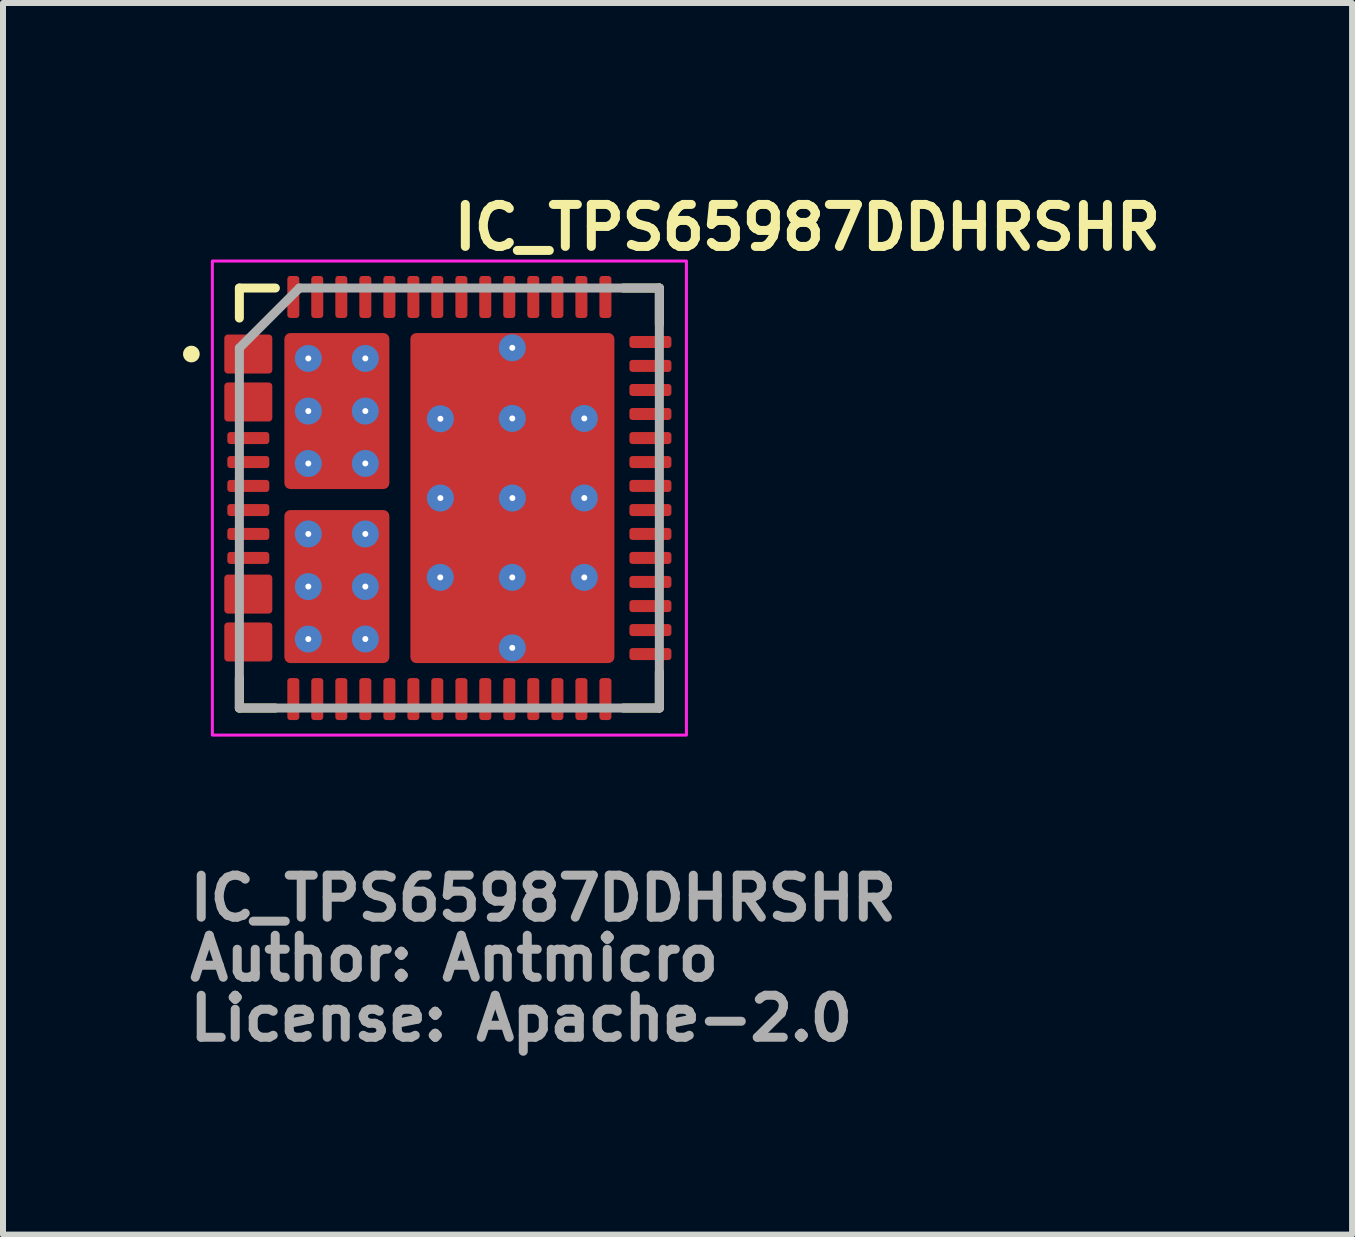
<source format=kicad_pcb>
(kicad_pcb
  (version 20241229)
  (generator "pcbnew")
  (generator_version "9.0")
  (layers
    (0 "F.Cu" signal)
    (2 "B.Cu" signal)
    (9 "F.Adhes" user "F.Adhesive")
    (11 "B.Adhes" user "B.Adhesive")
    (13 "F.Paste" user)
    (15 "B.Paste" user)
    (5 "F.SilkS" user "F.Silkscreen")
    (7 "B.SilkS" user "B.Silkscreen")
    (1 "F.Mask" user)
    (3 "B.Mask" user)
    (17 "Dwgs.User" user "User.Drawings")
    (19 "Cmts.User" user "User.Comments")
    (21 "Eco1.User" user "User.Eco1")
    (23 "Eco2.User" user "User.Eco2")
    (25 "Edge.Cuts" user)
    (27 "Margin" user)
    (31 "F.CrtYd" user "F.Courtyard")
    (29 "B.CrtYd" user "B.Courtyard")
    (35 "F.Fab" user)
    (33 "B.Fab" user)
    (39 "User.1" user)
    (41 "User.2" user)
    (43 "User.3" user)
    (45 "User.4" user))
  (footprint "IC_TPS65987DDHRSHR"
    (layer "F.Cu")
    (at 4.439 5.25)
    (property "Reference" "IC_TPS65987DDHRSHR" (at 0 -4.1 0) (layer "F.SilkS") (effects (font (size 0.7 0.7) (thickness 0.15)) (justify left bottom)))
    (attr smd)
    (fp_poly (pts (xy -3.65 2.1) (xy -3.051 2.1) (xy -3.048 2.1) (xy -3.045 2.1) (xy -3.043 2.1) (xy -3.04 2.1) (xy -3.037 2.1) (xy -3.036 2.1) (xy -3.032 2.103) (xy -3.031 2.104) (xy -3.028 2.104) (xy -3.025 2.107) (xy -3.024 2.108) (xy -3.021 2.108) (xy -3.02 2.111) (xy -3.017 2.112) (xy -3.016 2.115) (xy -3.013 2.116) (xy -3.012 2.119) (xy -3.011 2.12) (xy -3.008 2.123) (xy -3.008 2.124) (xy -3.005 2.125) (xy -3.004 2.128) (xy -3.004 2.132) (xy -3.003 2.133) (xy -3.003 2.136) (xy -3.001 2.14) (xy -3 2.144) (xy -3 2.145) (xy -3 2.148) (xy -3 2.648) (xy -3 2.652) (xy -3 2.653) (xy -3.001 2.656) (xy -3.001 2.66) (xy -3.003 2.661) (xy -3.003 2.664) (xy -3.004 2.668) (xy -3.005 2.672) (xy -3.008 2.673) (xy -3.008 2.676) (xy -3.011 2.677) (xy -3.012 2.68) (xy -3.013 2.681) (xy -3.016 2.684) (xy -3.017 2.685) (xy -3.02 2.689) (xy -3.021 2.689) (xy -3.024 2.692) (xy -3.025 2.693) (xy -3.028 2.693) (xy -3.031 2.696) (xy -3.032 2.697) (xy -3.036 2.697) (xy -3.037 2.697) (xy -3.04 2.697) (xy -3.043 2.697) (xy -3.045 2.7) (xy -3.048 2.7) (xy -3.051 2.7) (xy -3.65 2.7) (xy -3.653 2.7) (xy -3.656 2.7) (xy -3.658 2.697) (xy -3.661 2.697) (xy -3.664 2.697) (xy -3.665 2.697) (xy -3.669 2.697) (xy -3.67 2.696) (xy -3.673 2.693) (xy -3.676 2.693) (xy -3.677 2.692) (xy -3.68 2.689) (xy -3.681 2.689) (xy -3.684 2.685) (xy -3.685 2.684) (xy -3.688 2.681) (xy -3.689 2.68) (xy -3.69 2.677) (xy -3.693 2.676) (xy -3.693 2.673) (xy -3.696 2.672) (xy -3.697 2.668) (xy -3.698 2.664) (xy -3.698 2.661) (xy -3.7 2.66) (xy -3.7 2.656) (xy -3.701 2.653) (xy -3.701 2.652) (xy -3.701 2.648) (xy -3.701 2.548) (xy -3.701 2.547) (xy -3.701 2.543) (xy -3.7 2.54) (xy -3.7 2.539) (xy -3.698 2.535) (xy -3.697 2.531) (xy -3.697 2.528) (xy -3.696 2.527) (xy -3.693 2.523) (xy -3.69 2.519) (xy -3.689 2.519) (xy -3.688 2.515) (xy -3.685 2.515) (xy -3.684 2.511) (xy -3.681 2.511) (xy -3.68 2.508) (xy -3.677 2.507) (xy -3.676 2.507) (xy -3.673 2.503) (xy -3.67 2.503) (xy -3.669 2.503) (xy -3.665 2.5) (xy -3.664 2.5) (xy -3.661 2.499) (xy -3.658 2.499) (xy -3.656 2.499) (xy -3.653 2.499) (xy -3.65 2.499) (xy -3.25 2.499) (xy -3.247 2.499) (xy -3.246 2.499) (xy -3.242 2.499) (xy -3.238 2.498) (xy -3.235 2.498) (xy -3.234 2.495) (xy -3.23 2.495) (xy -3.227 2.495) (xy -3.226 2.491) (xy -3.223 2.491) (xy -3.222 2.49) (xy -3.219 2.487) (xy -3.218 2.487) (xy -3.215 2.483) (xy -3.214 2.483) (xy -3.211 2.479) (xy -3.21 2.479) (xy -3.21 2.475) (xy -3.207 2.475) (xy -3.206 2.471) (xy -3.206 2.47) (xy -3.203 2.467) (xy -3.202 2.463) (xy -3.202 2.459) (xy -3.202 2.458) (xy -3.202 2.455) (xy -3.202 2.451) (xy -3.202 2.45) (xy -3.202 2.35) (xy -3.202 2.346) (xy -3.202 2.345) (xy -3.202 2.342) (xy -3.202 2.338) (xy -3.202 2.337) (xy -3.202 2.334) (xy -3.203 2.33) (xy -3.206 2.33) (xy -3.206 2.326) (xy -3.207 2.325) (xy -3.21 2.322) (xy -3.21 2.321) (xy -3.211 2.318) (xy -3.214 2.317) (xy -3.215 2.314) (xy -3.218 2.313) (xy -3.219 2.31) (xy -3.222 2.31) (xy -3.223 2.306) (xy -3.226 2.306) (xy -3.227 2.305) (xy -3.23 2.302) (xy -3.234 2.301) (xy -3.235 2.301) (xy -3.238 2.301) (xy -3.242 2.301) (xy -3.246 2.298) (xy -3.247 2.298) (xy -3.25 2.298) (xy -3.65 2.298) (xy -3.653 2.298) (xy -3.656 2.298) (xy -3.658 2.297) (xy -3.661 2.297) (xy -3.664 2.297) (xy -3.665 2.297) (xy -3.669 2.297) (xy -3.67 2.294) (xy -3.673 2.293) (xy -3.676 2.293) (xy -3.677 2.29) (xy -3.68 2.289) (xy -3.681 2.289) (xy -3.684 2.285) (xy -3.685 2.285) (xy -3.688 2.281) (xy -3.689 2.281) (xy -3.69 2.277) (xy -3.693 2.277) (xy -3.693 2.273) (xy -3.696 2.273) (xy -3.697 2.269) (xy -3.697 2.266) (xy -3.698 2.265) (xy -3.698 2.261) (xy -3.7 2.258) (xy -3.7 2.257) (xy -3.701 2.253) (xy -3.701 2.249) (xy -3.701 2.148) (xy -3.701 2.145) (xy -3.701 2.144) (xy -3.7 2.14) (xy -3.698 2.136) (xy -3.698 2.133) (xy -3.697 2.132) (xy -3.697 2.128) (xy -3.696 2.125) (xy -3.693 2.124) (xy -3.693 2.123) (xy -3.69 2.12) (xy -3.689 2.119) (xy -3.688 2.116) (xy -3.685 2.115) (xy -3.684 2.112) (xy -3.681 2.111) (xy -3.68 2.108) (xy -3.677 2.108) (xy -3.676 2.107) (xy -3.673 2.104) (xy -3.67 2.104) (xy -3.669 2.103) (xy -3.665 2.1) (xy -3.664 2.1) (xy -3.661 2.1) (xy -3.658 2.1) (xy -3.656 2.1) (xy -3.653 2.1) (xy -3.65 2.1)) (stroke (width 0.0001) (type solid)) (fill yes) (layer "F.Mask"))
    (fp_poly (pts (xy -3.65 -2.701) (xy -3.051 -2.701) (xy -3.048 -2.701) (xy -3.045 -2.701) (xy -3.043 -2.698) (xy -3.04 -2.698) (xy -3.037 -2.697) (xy -3.036 -2.697) (xy -3.032 -2.697) (xy -3.031 -2.697) (xy -3.028 -2.694) (xy -3.025 -2.693) (xy -3.024 -2.693) (xy -3.021 -2.689) (xy -3.02 -2.689) (xy -3.017 -2.687) (xy -3.016 -2.684) (xy -3.013 -2.683) (xy -3.012 -2.68) (xy -3.011 -2.679) (xy -3.008 -2.676) (xy -3.008 -2.675) (xy -3.005 -2.672) (xy -3.004 -2.669) (xy -3.004 -2.668) (xy -3.003 -2.664) (xy -3.003 -2.663) (xy -3.001 -2.66) (xy -3.001 -2.657) (xy -3 -2.655) (xy -3 -2.652) (xy -3 -2.649) (xy -3 -2.149) (xy -3 -2.147) (xy -3 -2.144) (xy -3.001 -2.141) (xy -3.001 -2.14) (xy -3.003 -2.136) (xy -3.003 -2.135) (xy -3.004 -2.132) (xy -3.004 -2.129) (xy -3.005 -2.127) (xy -3.008 -2.124) (xy -3.011 -2.12) (xy -3.012 -2.12) (xy -3.013 -2.116) (xy -3.016 -2.116) (xy -3.017 -2.112) (xy -3.02 -2.112) (xy -3.021 -2.109) (xy -3.024 -2.108) (xy -3.025 -2.108) (xy -3.028 -2.104) (xy -3.031 -2.104) (xy -3.032 -2.104) (xy -3.036 -2.101) (xy -3.037 -2.101) (xy -3.04 -2.1) (xy -3.043 -2.1) (xy -3.045 -2.1) (xy -3.048 -2.1) (xy -3.051 -2.1) (xy -3.65 -2.1) (xy -3.653 -2.1) (xy -3.656 -2.1) (xy -3.658 -2.1) (xy -3.661 -2.1) (xy -3.664 -2.101) (xy -3.665 -2.101) (xy -3.669 -2.104) (xy -3.67 -2.104) (xy -3.673 -2.104) (xy -3.676 -2.108) (xy -3.677 -2.108) (xy -3.68 -2.109) (xy -3.681 -2.112) (xy -3.684 -2.112) (xy -3.685 -2.116) (xy -3.688 -2.116) (xy -3.689 -2.12) (xy -3.69 -2.12) (xy -3.693 -2.124) (xy -3.696 -2.127) (xy -3.697 -2.129) (xy -3.697 -2.132) (xy -3.698 -2.135) (xy -3.698 -2.136) (xy -3.7 -2.14) (xy -3.7 -2.141) (xy -3.701 -2.144) (xy -3.701 -2.147) (xy -3.701 -2.149) (xy -3.701 -2.249) (xy -3.701 -2.253) (xy -3.701 -2.254) (xy -3.7 -2.257) (xy -3.7 -2.26) (xy -3.698 -2.262) (xy -3.698 -2.265) (xy -3.697 -2.268) (xy -3.697 -2.269) (xy -3.696 -2.273) (xy -3.693 -2.274) (xy -3.693 -2.277) (xy -3.69 -2.278) (xy -3.689 -2.281) (xy -3.688 -2.282) (xy -3.685 -2.285) (xy -3.684 -2.286) (xy -3.681 -2.289) (xy -3.68 -2.289) (xy -3.677 -2.292) (xy -3.676 -2.293) (xy -3.673 -2.294) (xy -3.67 -2.296) (xy -3.669 -2.297) (xy -3.665 -2.297) (xy -3.664 -2.297) (xy -3.661 -2.298) (xy -3.658 -2.298) (xy -3.656 -2.3) (xy -3.653 -2.3) (xy -3.65 -2.3) (xy -3.25 -2.3) (xy -3.247 -2.3) (xy -3.246 -2.3) (xy -3.242 -2.301) (xy -3.238 -2.301) (xy -3.235 -2.301) (xy -3.234 -2.302) (xy -3.23 -2.304) (xy -3.227 -2.306) (xy -3.226 -2.306) (xy -3.223 -2.307) (xy -3.222 -2.31) (xy -3.219 -2.31) (xy -3.218 -2.314) (xy -3.215 -2.314) (xy -3.214 -2.318) (xy -3.211 -2.318) (xy -3.21 -2.322) (xy -3.207 -2.326) (xy -3.206 -2.326) (xy -3.206 -2.33) (xy -3.203 -2.331) (xy -3.202 -2.334) (xy -3.202 -2.338) (xy -3.202 -2.339) (xy -3.202 -2.342) (xy -3.202 -2.346) (xy -3.202 -2.35) (xy -3.202 -2.451) (xy -3.202 -2.452) (xy -3.202 -2.455) (xy -3.202 -2.459) (xy -3.202 -2.463) (xy -3.202 -2.464) (xy -3.203 -2.467) (xy -3.206 -2.471) (xy -3.206 -2.472) (xy -3.207 -2.475) (xy -3.21 -2.476) (xy -3.21 -2.479) (xy -3.211 -2.48) (xy -3.214 -2.483) (xy -3.215 -2.484) (xy -3.218 -2.487) (xy -3.219 -2.488) (xy -3.222 -2.491) (xy -3.223 -2.491) (xy -3.226 -2.492) (xy -3.227 -2.495) (xy -3.23 -2.495) (xy -3.234 -2.496) (xy -3.235 -2.499) (xy -3.238 -2.499) (xy -3.242 -2.499) (xy -3.246 -2.499) (xy -3.247 -2.499) (xy -3.25 -2.499) (xy -3.65 -2.499) (xy -3.653 -2.499) (xy -3.656 -2.499) (xy -3.658 -2.5) (xy -3.661 -2.5) (xy -3.664 -2.502) (xy -3.665 -2.502) (xy -3.669 -2.503) (xy -3.67 -2.503) (xy -3.673 -2.504) (xy -3.676 -2.507) (xy -3.677 -2.507) (xy -3.68 -2.51) (xy -3.681 -2.511) (xy -3.684 -2.512) (xy -3.685 -2.515) (xy -3.688 -2.516) (xy -3.689 -2.519) (xy -3.69 -2.52) (xy -3.693 -2.523) (xy -3.693 -2.524) (xy -3.696 -2.527) (xy -3.697 -2.53) (xy -3.697 -2.531) (xy -3.698 -2.535) (xy -3.698 -2.536) (xy -3.7 -2.539) (xy -3.7 -2.542) (xy -3.701 -2.544) (xy -3.701 -2.547) (xy -3.701 -2.55) (xy -3.701 -2.649) (xy -3.701 -2.652) (xy -3.701 -2.655) (xy -3.7 -2.657) (xy -3.7 -2.66) (xy -3.698 -2.663) (xy -3.698 -2.664) (xy -3.697 -2.668) (xy -3.697 -2.669) (xy -3.696 -2.672) (xy -3.693 -2.675) (xy -3.693 -2.676) (xy -3.69 -2.679) (xy -3.689 -2.68) (xy -3.688 -2.683) (xy -3.685 -2.684) (xy -3.684 -2.687) (xy -3.681 -2.689) (xy -3.68 -2.689) (xy -3.677 -2.693) (xy -3.676 -2.693) (xy -3.673 -2.694) (xy -3.67 -2.697) (xy -3.669 -2.697) (xy -3.665 -2.697) (xy -3.664 -2.697) (xy -3.661 -2.698) (xy -3.658 -2.698) (xy -3.656 -2.701) (xy -3.653 -2.701) (xy -3.65 -2.701)) (stroke (width 0.0001) (type solid)) (fill yes) (layer "F.Mask"))
    (fp_poly (pts (xy -3.65 -1.901) (xy -3.051 -1.901) (xy -3.048 -1.901) (xy -3.045 -1.901) (xy -3.043 -1.899) (xy -3.04 -1.899) (xy -3.037 -1.899) (xy -3.036 -1.899) (xy -3.032 -1.897) (xy -3.031 -1.897) (xy -3.028 -1.895) (xy -3.025 -1.893) (xy -3.024 -1.893) (xy -3.021 -1.891) (xy -3.02 -1.889) (xy -3.017 -1.887) (xy -3.016 -1.885) (xy -3.013 -1.883) (xy -3.012 -1.881) (xy -3.011 -1.879) (xy -3.008 -1.877) (xy -3.008 -1.875) (xy -3.005 -1.873) (xy -3.004 -1.871) (xy -3.004 -1.869) (xy -3.003 -1.865) (xy -3.003 -1.863) (xy -3.001 -1.861) (xy -3.001 -1.859) (xy -3 -1.855) (xy -3 -1.853) (xy -3 -1.851) (xy -3 -1.351) (xy -3 -1.347) (xy -3 -1.345) (xy -3.001 -1.343) (xy -3.001 -1.341) (xy -3.003 -1.337) (xy -3.003 -1.335) (xy -3.004 -1.333) (xy -3.004 -1.331) (xy -3.005 -1.327) (xy -3.008 -1.325) (xy -3.008 -1.323) (xy -3.011 -1.321) (xy -3.012 -1.319) (xy -3.013 -1.317) (xy -3.016 -1.315) (xy -3.017 -1.313) (xy -3.02 -1.311) (xy -3.021 -1.311) (xy -3.024 -1.309) (xy -3.025 -1.307) (xy -3.028 -1.305) (xy -3.031 -1.305) (xy -3.032 -1.303) (xy -3.036 -1.303) (xy -3.037 -1.303) (xy -3.04 -1.301) (xy -3.043 -1.301) (xy -3.045 -1.301) (xy -3.048 -1.301) (xy -3.051 -1.301) (xy -3.65 -1.301) (xy -3.653 -1.301) (xy -3.656 -1.301) (xy -3.658 -1.301) (xy -3.661 -1.301) (xy -3.664 -1.303) (xy -3.665 -1.303) (xy -3.669 -1.303) (xy -3.67 -1.305) (xy -3.673 -1.305) (xy -3.676 -1.307) (xy -3.677 -1.309) (xy -3.68 -1.311) (xy -3.681 -1.311) (xy -3.684 -1.313) (xy -3.685 -1.315) (xy -3.688 -1.317) (xy -3.689 -1.319) (xy -3.69 -1.321) (xy -3.693 -1.323) (xy -3.693 -1.325) (xy -3.696 -1.327) (xy -3.697 -1.331) (xy -3.697 -1.333) (xy -3.698 -1.335) (xy -3.698 -1.337) (xy -3.7 -1.341) (xy -3.7 -1.343) (xy -3.701 -1.345) (xy -3.701 -1.347) (xy -3.701 -1.351) (xy -3.701 -1.45) (xy -3.701 -1.454) (xy -3.701 -1.456) (xy -3.7 -1.458) (xy -3.7 -1.46) (xy -3.698 -1.464) (xy -3.698 -1.466) (xy -3.697 -1.468) (xy -3.697 -1.47) (xy -3.696 -1.474) (xy -3.693 -1.476) (xy -3.693 -1.478) (xy -3.69 -1.48) (xy -3.689 -1.482) (xy -3.688 -1.484) (xy -3.685 -1.486) (xy -3.684 -1.488) (xy -3.681 -1.49) (xy -3.68 -1.49) (xy -3.677 -1.492) (xy -3.676 -1.494) (xy -3.673 -1.496) (xy -3.67 -1.496) (xy -3.669 -1.498) (xy -3.665 -1.498) (xy -3.664 -1.498) (xy -3.661 -1.5) (xy -3.658 -1.5) (xy -3.656 -1.5) (xy -3.653 -1.5) (xy -3.65 -1.5) (xy -3.25 -1.5) (xy -3.247 -1.5) (xy -3.246 -1.5) (xy -3.242 -1.502) (xy -3.238 -1.502) (xy -3.235 -1.502) (xy -3.234 -1.504) (xy -3.23 -1.504) (xy -3.227 -1.506) (xy -3.226 -1.508) (xy -3.223 -1.508) (xy -3.222 -1.51) (xy -3.219 -1.512) (xy -3.218 -1.514) (xy -3.215 -1.516) (xy -3.214 -1.518) (xy -3.211 -1.52) (xy -3.21 -1.522) (xy -3.21 -1.524) (xy -3.207 -1.526) (xy -3.206 -1.528) (xy -3.206 -1.53) (xy -3.203 -1.532) (xy -3.202 -1.536) (xy -3.202 -1.537) (xy -3.202 -1.541) (xy -3.202 -1.543) (xy -3.202 -1.545) (xy -3.202 -1.547) (xy -3.202 -1.551) (xy -3.202 -1.651) (xy -3.202 -1.653) (xy -3.202 -1.655) (xy -3.202 -1.659) (xy -3.202 -1.661) (xy -3.202 -1.663) (xy -3.202 -1.666) (xy -3.203 -1.668) (xy -3.206 -1.67) (xy -3.206 -1.674) (xy -3.207 -1.676) (xy -3.21 -1.678) (xy -3.21 -1.68) (xy -3.211 -1.682) (xy -3.214 -1.684) (xy -3.215 -1.686) (xy -3.218 -1.688) (xy -3.219 -1.69) (xy -3.222 -1.69) (xy -3.223 -1.692) (xy -3.226 -1.694) (xy -3.227 -1.696) (xy -3.23 -1.696) (xy -3.234 -1.698) (xy -3.235 -1.698) (xy -3.238 -1.698) (xy -3.242 -1.7) (xy -3.246 -1.7) (xy -3.247 -1.7) (xy -3.25 -1.7) (xy -3.65 -1.7) (xy -3.653 -1.7) (xy -3.656 -1.7) (xy -3.658 -1.702) (xy -3.661 -1.702) (xy -3.664 -1.702) (xy -3.665 -1.702) (xy -3.669 -1.704) (xy -3.67 -1.704) (xy -3.673 -1.706) (xy -3.676 -1.708) (xy -3.677 -1.708) (xy -3.68 -1.71) (xy -3.681 -1.712) (xy -3.684 -1.714) (xy -3.685 -1.716) (xy -3.688 -1.718) (xy -3.689 -1.72) (xy -3.69 -1.722) (xy -3.693 -1.724) (xy -3.693 -1.726) (xy -3.696 -1.728) (xy -3.697 -1.73) (xy -3.697 -1.732) (xy -3.698 -1.736) (xy -3.698 -1.738) (xy -3.7 -1.74) (xy -3.7 -1.742) (xy -3.701 -1.746) (xy -3.701 -1.748) (xy -3.701 -1.75) (xy -3.701 -1.851) (xy -3.701 -1.853) (xy -3.701 -1.855) (xy -3.7 -1.859) (xy -3.7 -1.861) (xy -3.698 -1.863) (xy -3.698 -1.865) (xy -3.697 -1.869) (xy -3.697 -1.871) (xy -3.696 -1.873) (xy -3.693 -1.875) (xy -3.693 -1.877) (xy -3.69 -1.879) (xy -3.689 -1.881) (xy -3.688 -1.883) (xy -3.685 -1.885) (xy -3.684 -1.887) (xy -3.681 -1.889) (xy -3.68 -1.891) (xy -3.677 -1.893) (xy -3.676 -1.893) (xy -3.673 -1.895) (xy -3.67 -1.897) (xy -3.669 -1.897) (xy -3.665 -1.899) (xy -3.664 -1.899) (xy -3.661 -1.899) (xy -3.658 -1.899) (xy -3.656 -1.901) (xy -3.653 -1.901) (xy -3.65 -1.901)) (stroke (width 0.0001) (type solid)) (fill yes) (layer "F.Mask"))
    (fp_poly (pts (xy -3.65 1.3) (xy -3.051 1.3) (xy -3.048 1.3) (xy -3.045 1.3) (xy -3.043 1.3) (xy -3.04 1.3) (xy -3.037 1.302) (xy -3.036 1.302) (xy -3.032 1.302) (xy -3.031 1.304) (xy -3.028 1.304) (xy -3.025 1.306) (xy -3.024 1.308) (xy -3.021 1.31) (xy -3.02 1.31) (xy -3.017 1.312) (xy -3.016 1.314) (xy -3.013 1.316) (xy -3.012 1.318) (xy -3.011 1.32) (xy -3.008 1.322) (xy -3.008 1.324) (xy -3.005 1.326) (xy -3.004 1.33) (xy -3.004 1.332) (xy -3.003 1.334) (xy -3.003 1.336) (xy -3.001 1.34) (xy -3.001 1.342) (xy -3 1.344) (xy -3 1.346) (xy -3 1.35) (xy -3 1.85) (xy -3 1.852) (xy -3 1.854) (xy -3.001 1.858) (xy -3.001 1.86) (xy -3.003 1.862) (xy -3.003 1.864) (xy -3.004 1.868) (xy -3.004 1.87) (xy -3.005 1.872) (xy -3.008 1.874) (xy -3.008 1.876) (xy -3.011 1.878) (xy -3.012 1.88) (xy -3.013 1.882) (xy -3.016 1.884) (xy -3.017 1.886) (xy -3.02 1.888) (xy -3.021 1.888) (xy -3.024 1.89) (xy -3.025 1.892) (xy -3.028 1.894) (xy -3.031 1.894) (xy -3.032 1.896) (xy -3.036 1.896) (xy -3.037 1.896) (xy -3.04 1.898) (xy -3.043 1.898) (xy -3.045 1.898) (xy -3.048 1.898) (xy -3.051 1.898) (xy -3.65 1.898) (xy -3.653 1.898) (xy -3.656 1.898) (xy -3.658 1.898) (xy -3.661 1.898) (xy -3.664 1.896) (xy -3.665 1.896) (xy -3.669 1.896) (xy -3.67 1.894) (xy -3.673 1.894) (xy -3.676 1.892) (xy -3.677 1.89) (xy -3.68 1.888) (xy -3.681 1.888) (xy -3.684 1.886) (xy -3.685 1.884) (xy -3.688 1.882) (xy -3.689 1.88) (xy -3.69 1.878) (xy -3.693 1.876) (xy -3.693 1.874) (xy -3.696 1.872) (xy -3.697 1.87) (xy -3.697 1.868) (xy -3.698 1.864) (xy -3.698 1.862) (xy -3.7 1.86) (xy -3.7 1.858) (xy -3.701 1.854) (xy -3.701 1.852) (xy -3.701 1.85) (xy -3.701 1.749) (xy -3.701 1.747) (xy -3.701 1.745) (xy -3.7 1.741) (xy -3.7 1.739) (xy -3.698 1.737) (xy -3.698 1.735) (xy -3.697 1.731) (xy -3.697 1.729) (xy -3.696 1.727) (xy -3.693 1.725) (xy -3.693 1.723) (xy -3.69 1.721) (xy -3.689 1.719) (xy -3.688 1.717) (xy -3.685 1.715) (xy -3.684 1.713) (xy -3.681 1.711) (xy -3.68 1.709) (xy -3.677 1.707) (xy -3.676 1.707) (xy -3.673 1.705) (xy -3.67 1.703) (xy -3.669 1.703) (xy -3.665 1.701) (xy -3.664 1.701) (xy -3.661 1.701) (xy -3.658 1.701) (xy -3.656 1.699) (xy -3.653 1.699) (xy -3.65 1.699) (xy -3.25 1.699) (xy -3.247 1.699) (xy -3.246 1.699) (xy -3.242 1.699) (xy -3.238 1.697) (xy -3.235 1.697) (xy -3.234 1.697) (xy -3.23 1.695) (xy -3.227 1.695) (xy -3.226 1.693) (xy -3.223 1.691) (xy -3.222 1.689) (xy -3.219 1.689) (xy -3.218 1.687) (xy -3.215 1.685) (xy -3.214 1.683) (xy -3.211 1.681) (xy -3.21 1.679) (xy -3.21 1.677) (xy -3.207 1.675) (xy -3.206 1.673) (xy -3.206 1.669) (xy -3.203 1.667) (xy -3.202 1.665) (xy -3.202 1.662) (xy -3.202 1.658) (xy -3.202 1.656) (xy -3.202 1.654) (xy -3.202 1.652) (xy -3.202 1.648) (xy -3.202 1.55) (xy -3.202 1.546) (xy -3.202 1.544) (xy -3.202 1.542) (xy -3.202 1.54) (xy -3.202 1.536) (xy -3.202 1.533) (xy -3.203 1.531) (xy -3.206 1.529) (xy -3.206 1.525) (xy -3.207 1.523) (xy -3.21 1.521) (xy -3.21 1.519) (xy -3.211 1.517) (xy -3.214 1.515) (xy -3.215 1.513) (xy -3.218 1.511) (xy -3.219 1.509) (xy -3.222 1.509) (xy -3.223 1.507) (xy -3.226 1.505) (xy -3.227 1.503) (xy -3.23 1.503) (xy -3.234 1.501) (xy -3.235 1.501) (xy -3.238 1.501) (xy -3.242 1.499) (xy -3.246 1.499) (xy -3.247 1.499) (xy -3.25 1.499) (xy -3.65 1.499) (xy -3.653 1.499) (xy -3.656 1.499) (xy -3.658 1.499) (xy -3.661 1.499) (xy -3.664 1.497) (xy -3.665 1.497) (xy -3.669 1.497) (xy -3.67 1.495) (xy -3.673 1.495) (xy -3.676 1.493) (xy -3.677 1.491) (xy -3.68 1.489) (xy -3.681 1.489) (xy -3.684 1.487) (xy -3.685 1.485) (xy -3.688 1.483) (xy -3.689 1.481) (xy -3.69 1.479) (xy -3.693 1.477) (xy -3.693 1.475) (xy -3.696 1.473) (xy -3.697 1.469) (xy -3.697 1.467) (xy -3.698 1.465) (xy -3.698 1.463) (xy -3.7 1.459) (xy -3.7 1.457) (xy -3.701 1.455) (xy -3.701 1.453) (xy -3.701 1.449) (xy -3.701 1.35) (xy -3.701 1.346) (xy -3.701 1.344) (xy -3.7 1.342) (xy -3.7 1.34) (xy -3.698 1.336) (xy -3.698 1.334) (xy -3.697 1.332) (xy -3.697 1.33) (xy -3.696 1.326) (xy -3.693 1.324) (xy -3.693 1.322) (xy -3.69 1.32) (xy -3.689 1.318) (xy -3.688 1.316) (xy -3.685 1.314) (xy -3.684 1.312) (xy -3.681 1.31) (xy -3.68 1.31) (xy -3.677 1.308) (xy -3.676 1.306) (xy -3.673 1.304) (xy -3.67 1.304) (xy -3.669 1.302) (xy -3.665 1.302) (xy -3.664 1.302) (xy -3.661 1.3) (xy -3.658 1.3) (xy -3.656 1.3) (xy -3.653 1.3) (xy -3.65 1.3)) (stroke (width 0.0001) (type solid)) (fill yes) (layer "F.Mask"))
    (fp_line (start -3.5 -3.5) (end -3.5 -3) (stroke (width 0.15) (type solid)) (layer "F.SilkS"))
    (fp_line (start -3.5 3.499) (end -3.5 2.999) (stroke (width 0.15) (type solid)) (layer "F.SilkS"))
    (fp_line (start -2.9 -3.5) (end -3.5 -3.5) (stroke (width 0.15) (type solid)) (layer "F.SilkS"))
    (fp_line (start -2.9 3.499) (end -3.5 3.499) (stroke (width 0.15) (type solid)) (layer "F.SilkS"))
    (fp_line (start 2.898 -3.5) (end 3.499 -3.5) (stroke (width 0.15) (type solid)) (layer "F.SilkS"))
    (fp_line (start 2.898 3.499) (end 3.499 3.499) (stroke (width 0.15) (type solid)) (layer "F.SilkS"))
    (fp_line (start 3.499 -3.5) (end 3.499 -2.9) (stroke (width 0.15) (type solid)) (layer "F.SilkS"))
    (fp_line (start 3.499 3.499) (end 3.499 2.898) (stroke (width 0.15) (type solid)) (layer "F.SilkS"))
    (fp_circle (center -4.3 -2.4) (end -4.25 -2.36) (stroke (width 0.15) (type solid)) (fill yes) (layer "F.SilkS"))
    (fp_poly (pts (xy -2.61 -2.702) (xy -1.141 -2.702) (xy -1.141 -1.551) (xy -2.61 -1.551)) (stroke (width 0.01) (type solid)) (fill yes) (layer "F.Paste"))
    (fp_poly (pts (xy -2.61 -1.351) (xy -1.141 -1.351) (xy -1.141 -0.202) (xy -2.61 -0.202)) (stroke (width 0.01) (type solid)) (fill yes) (layer "F.Paste"))
    (fp_poly (pts (xy -2.61 0.225) (xy -1.141 0.225) (xy -1.141 1.374) (xy -2.61 1.374)) (stroke (width 0.01) (type solid)) (fill yes) (layer "F.Paste"))
    (fp_poly (pts (xy -2.61 1.574) (xy -1.141 1.574) (xy -1.141 2.725) (xy -2.61 2.725)) (stroke (width 0.01) (type solid)) (fill yes) (layer "F.Paste"))
    (fp_poly (pts (xy -0.522 -2.54) (xy 0.949 -2.54) (xy 0.949 -1.42) (xy -0.522 -1.42)) (stroke (width 0.01) (type solid)) (fill yes) (layer "F.Paste"))
    (fp_poly (pts (xy -0.522 -1.22) (xy 0.949 -1.22) (xy 0.949 -0.102) (xy -0.522 -0.102)) (stroke (width 0.01) (type solid)) (fill yes) (layer "F.Paste"))
    (fp_poly (pts (xy -0.522 0.1) (xy 0.949 0.1) (xy 0.949 1.219) (xy -0.522 1.219)) (stroke (width 0.01) (type solid)) (fill yes) (layer "F.Paste"))
    (fp_poly (pts (xy -0.522 1.419) (xy 0.949 1.419) (xy 0.949 2.539) (xy -0.522 2.539)) (stroke (width 0.01) (type solid)) (fill yes) (layer "F.Paste"))
    (fp_poly (pts (xy 1.148 -2.54) (xy 2.62 -2.54) (xy 2.62 -1.42) (xy 1.148 -1.42)) (stroke (width 0.01) (type solid)) (fill yes) (layer "F.Paste"))
    (fp_poly (pts (xy 1.148 -1.22) (xy 2.62 -1.22) (xy 2.62 -0.102) (xy 1.148 -0.102)) (stroke (width 0.01) (type solid)) (fill yes) (layer "F.Paste"))
    (fp_poly (pts (xy 1.148 0.1) (xy 2.62 0.1) (xy 2.62 1.219) (xy 1.148 1.219)) (stroke (width 0.01) (type solid)) (fill yes) (layer "F.Paste"))
    (fp_poly (pts (xy 1.148 1.419) (xy 2.62 1.419) (xy 2.62 2.539) (xy 1.148 2.539)) (stroke (width 0.01) (type solid)) (fill yes) (layer "F.Paste"))
    (fp_poly (pts (xy -3.65 2.1) (xy -3.051 2.1) (xy -3.048 2.1) (xy -3.045 2.1) (xy -3.043 2.1) (xy -3.04 2.1) (xy -3.037 2.1) (xy -3.036 2.1) (xy -3.032 2.103) (xy -3.031 2.104) (xy -3.028 2.104) (xy -3.025 2.107) (xy -3.024 2.108) (xy -3.021 2.108) (xy -3.02 2.111) (xy -3.017 2.112) (xy -3.016 2.115) (xy -3.013 2.116) (xy -3.012 2.119) (xy -3.011 2.12) (xy -3.008 2.123) (xy -3.008 2.124) (xy -3.005 2.125) (xy -3.004 2.128) (xy -3.004 2.132) (xy -3.003 2.133) (xy -3.003 2.136) (xy -3.001 2.14) (xy -3 2.144) (xy -3 2.145) (xy -3 2.148) (xy -3 2.648) (xy -3 2.652) (xy -3 2.653) (xy -3.001 2.656) (xy -3.001 2.66) (xy -3.003 2.661) (xy -3.003 2.664) (xy -3.004 2.668) (xy -3.005 2.672) (xy -3.008 2.673) (xy -3.008 2.676) (xy -3.011 2.677) (xy -3.012 2.68) (xy -3.013 2.681) (xy -3.016 2.684) (xy -3.017 2.685) (xy -3.02 2.689) (xy -3.021 2.689) (xy -3.024 2.692) (xy -3.025 2.693) (xy -3.028 2.693) (xy -3.031 2.696) (xy -3.032 2.697) (xy -3.036 2.697) (xy -3.037 2.697) (xy -3.04 2.697) (xy -3.043 2.697) (xy -3.045 2.7) (xy -3.048 2.7) (xy -3.051 2.7) (xy -3.65 2.7) (xy -3.653 2.7) (xy -3.656 2.7) (xy -3.658 2.697) (xy -3.661 2.697) (xy -3.664 2.697) (xy -3.665 2.697) (xy -3.669 2.697) (xy -3.67 2.696) (xy -3.673 2.693) (xy -3.676 2.693) (xy -3.677 2.692) (xy -3.68 2.689) (xy -3.681 2.689) (xy -3.684 2.685) (xy -3.685 2.684) (xy -3.688 2.681) (xy -3.689 2.68) (xy -3.69 2.677) (xy -3.693 2.676) (xy -3.693 2.673) (xy -3.696 2.672) (xy -3.697 2.668) (xy -3.698 2.664) (xy -3.698 2.661) (xy -3.7 2.66) (xy -3.7 2.656) (xy -3.701 2.653) (xy -3.701 2.652) (xy -3.701 2.648) (xy -3.701 2.548) (xy -3.701 2.547) (xy -3.701 2.543) (xy -3.7 2.54) (xy -3.7 2.539) (xy -3.698 2.535) (xy -3.697 2.531) (xy -3.697 2.528) (xy -3.696 2.527) (xy -3.693 2.523) (xy -3.69 2.519) (xy -3.689 2.519) (xy -3.688 2.515) (xy -3.685 2.515) (xy -3.684 2.511) (xy -3.681 2.511) (xy -3.68 2.508) (xy -3.677 2.507) (xy -3.676 2.507) (xy -3.673 2.503) (xy -3.67 2.503) (xy -3.669 2.503) (xy -3.665 2.5) (xy -3.664 2.5) (xy -3.661 2.499) (xy -3.658 2.499) (xy -3.656 2.499) (xy -3.653 2.499) (xy -3.65 2.499) (xy -3.25 2.499) (xy -3.247 2.499) (xy -3.246 2.499) (xy -3.242 2.499) (xy -3.238 2.498) (xy -3.235 2.498) (xy -3.234 2.495) (xy -3.23 2.495) (xy -3.227 2.495) (xy -3.226 2.491) (xy -3.223 2.491) (xy -3.222 2.49) (xy -3.219 2.487) (xy -3.218 2.487) (xy -3.215 2.483) (xy -3.214 2.483) (xy -3.211 2.479) (xy -3.21 2.479) (xy -3.21 2.475) (xy -3.207 2.475) (xy -3.206 2.471) (xy -3.206 2.47) (xy -3.203 2.467) (xy -3.202 2.463) (xy -3.202 2.459) (xy -3.202 2.458) (xy -3.202 2.455) (xy -3.202 2.451) (xy -3.202 2.45) (xy -3.202 2.35) (xy -3.202 2.346) (xy -3.202 2.345) (xy -3.202 2.342) (xy -3.202 2.338) (xy -3.202 2.337) (xy -3.202 2.334) (xy -3.203 2.33) (xy -3.206 2.33) (xy -3.206 2.326) (xy -3.207 2.325) (xy -3.21 2.322) (xy -3.21 2.321) (xy -3.211 2.318) (xy -3.214 2.317) (xy -3.215 2.314) (xy -3.218 2.313) (xy -3.219 2.31) (xy -3.222 2.31) (xy -3.223 2.306) (xy -3.226 2.306) (xy -3.227 2.305) (xy -3.23 2.302) (xy -3.234 2.301) (xy -3.235 2.301) (xy -3.238 2.301) (xy -3.242 2.301) (xy -3.246 2.298) (xy -3.247 2.298) (xy -3.25 2.298) (xy -3.65 2.298) (xy -3.653 2.298) (xy -3.656 2.298) (xy -3.658 2.297) (xy -3.661 2.297) (xy -3.664 2.297) (xy -3.665 2.297) (xy -3.669 2.297) (xy -3.67 2.294) (xy -3.673 2.293) (xy -3.676 2.293) (xy -3.677 2.29) (xy -3.68 2.289) (xy -3.681 2.289) (xy -3.684 2.285) (xy -3.685 2.285) (xy -3.688 2.281) (xy -3.689 2.281) (xy -3.69 2.277) (xy -3.693 2.277) (xy -3.693 2.273) (xy -3.696 2.273) (xy -3.697 2.269) (xy -3.697 2.266) (xy -3.698 2.265) (xy -3.698 2.261) (xy -3.7 2.258) (xy -3.7 2.257) (xy -3.701 2.253) (xy -3.701 2.249) (xy -3.701 2.148) (xy -3.701 2.145) (xy -3.701 2.144) (xy -3.7 2.14) (xy -3.698 2.136) (xy -3.698 2.133) (xy -3.697 2.132) (xy -3.697 2.128) (xy -3.696 2.125) (xy -3.693 2.124) (xy -3.693 2.123) (xy -3.69 2.12) (xy -3.689 2.119) (xy -3.688 2.116) (xy -3.685 2.115) (xy -3.684 2.112) (xy -3.681 2.111) (xy -3.68 2.108) (xy -3.677 2.108) (xy -3.676 2.107) (xy -3.673 2.104) (xy -3.67 2.104) (xy -3.669 2.103) (xy -3.665 2.1) (xy -3.664 2.1) (xy -3.661 2.1) (xy -3.658 2.1) (xy -3.656 2.1) (xy -3.653 2.1) (xy -3.65 2.1)) (stroke (width 0.0001) (type solid)) (fill yes) (layer "F.Paste"))
    (fp_poly (pts (xy -3.65 -2.702) (xy -3.051 -2.702) (xy -3.048 -2.702) (xy -3.045 -2.702) (xy -3.043 -2.699) (xy -3.04 -2.699) (xy -3.037 -2.698) (xy -3.036 -2.698) (xy -3.032 -2.698) (xy -3.031 -2.698) (xy -3.028 -2.695) (xy -3.025 -2.694) (xy -3.024 -2.694) (xy -3.021 -2.69) (xy -3.02 -2.69) (xy -3.017 -2.688) (xy -3.016 -2.685) (xy -3.013 -2.684) (xy -3.012 -2.681) (xy -3.011 -2.68) (xy -3.008 -2.677) (xy -3.008 -2.676) (xy -3.005 -2.673) (xy -3.004 -2.67) (xy -3.004 -2.669) (xy -3.003 -2.665) (xy -3.003 -2.664) (xy -3.001 -2.661) (xy -3.001 -2.658) (xy -3 -2.656) (xy -3 -2.653) (xy -3 -2.65) (xy -3 -2.15) (xy -3 -2.148) (xy -3 -2.145) (xy -3.001 -2.142) (xy -3.001 -2.141) (xy -3.003 -2.137) (xy -3.003 -2.136) (xy -3.004 -2.133) (xy -3.004 -2.13) (xy -3.005 -2.128) (xy -3.008 -2.125) (xy -3.011 -2.121) (xy -3.012 -2.121) (xy -3.013 -2.117) (xy -3.016 -2.117) (xy -3.017 -2.113) (xy -3.02 -2.113) (xy -3.021 -2.11) (xy -3.024 -2.109) (xy -3.025 -2.109) (xy -3.028 -2.105) (xy -3.031 -2.105) (xy -3.032 -2.105) (xy -3.036 -2.102) (xy -3.037 -2.102) (xy -3.04 -2.101) (xy -3.043 -2.101) (xy -3.045 -2.101) (xy -3.048 -2.101) (xy -3.051 -2.101) (xy -3.65 -2.101) (xy -3.653 -2.101) (xy -3.656 -2.101) (xy -3.658 -2.101) (xy -3.661 -2.101) (xy -3.664 -2.102) (xy -3.665 -2.102) (xy -3.669 -2.105) (xy -3.67 -2.105) (xy -3.673 -2.105) (xy -3.676 -2.109) (xy -3.677 -2.109) (xy -3.68 -2.11) (xy -3.681 -2.113) (xy -3.684 -2.113) (xy -3.685 -2.117) (xy -3.688 -2.117) (xy -3.689 -2.121) (xy -3.69 -2.121) (xy -3.693 -2.125) (xy -3.696 -2.128) (xy -3.697 -2.13) (xy -3.697 -2.133) (xy -3.698 -2.136) (xy -3.698 -2.137) (xy -3.7 -2.141) (xy -3.7 -2.142) (xy -3.701 -2.145) (xy -3.701 -2.148) (xy -3.701 -2.15) (xy -3.701 -2.25) (xy -3.701 -2.254) (xy -3.701 -2.255) (xy -3.7 -2.258) (xy -3.7 -2.261) (xy -3.698 -2.263) (xy -3.698 -2.266) (xy -3.697 -2.269) (xy -3.697 -2.27) (xy -3.696 -2.274) (xy -3.693 -2.275) (xy -3.693 -2.278) (xy -3.69 -2.279) (xy -3.689 -2.282) (xy -3.688 -2.283) (xy -3.685 -2.286) (xy -3.684 -2.287) (xy -3.681 -2.29) (xy -3.68 -2.29) (xy -3.677 -2.293) (xy -3.676 -2.294) (xy -3.673 -2.295) (xy -3.67 -2.297) (xy -3.669 -2.298) (xy -3.665 -2.298) (xy -3.664 -2.298) (xy -3.661 -2.299) (xy -3.658 -2.299) (xy -3.656 -2.301) (xy -3.653 -2.301) (xy -3.65 -2.301) (xy -3.25 -2.301) (xy -3.247 -2.301) (xy -3.246 -2.301) (xy -3.242 -2.302) (xy -3.238 -2.302) (xy -3.235 -2.302) (xy -3.234 -2.303) (xy -3.23 -2.305) (xy -3.227 -2.307) (xy -3.226 -2.307) (xy -3.223 -2.308) (xy -3.222 -2.311) (xy -3.219 -2.311) (xy -3.218 -2.315) (xy -3.215 -2.315) (xy -3.214 -2.319) (xy -3.211 -2.319) (xy -3.21 -2.323) (xy -3.207 -2.327) (xy -3.206 -2.327) (xy -3.206 -2.331) (xy -3.203 -2.332) (xy -3.202 -2.335) (xy -3.202 -2.339) (xy -3.202 -2.34) (xy -3.202 -2.343) (xy -3.202 -2.347) (xy -3.202 -2.351) (xy -3.202 -2.452) (xy -3.202 -2.453) (xy -3.202 -2.456) (xy -3.202 -2.46) (xy -3.202 -2.464) (xy -3.202 -2.465) (xy -3.203 -2.468) (xy -3.206 -2.472) (xy -3.206 -2.473) (xy -3.207 -2.476) (xy -3.21 -2.477) (xy -3.21 -2.48) (xy -3.211 -2.481) (xy -3.214 -2.484) (xy -3.215 -2.485) (xy -3.218 -2.488) (xy -3.219 -2.489) (xy -3.222 -2.492) (xy -3.223 -2.492) (xy -3.226 -2.493) (xy -3.227 -2.496) (xy -3.23 -2.496) (xy -3.234 -2.497) (xy -3.235 -2.5) (xy -3.238 -2.5) (xy -3.242 -2.5) (xy -3.246 -2.5) (xy -3.247 -2.5) (xy -3.25 -2.5) (xy -3.65 -2.5) (xy -3.653 -2.5) (xy -3.656 -2.5) (xy -3.658 -2.501) (xy -3.661 -2.501) (xy -3.664 -2.503) (xy -3.665 -2.503) (xy -3.669 -2.504) (xy -3.67 -2.504) (xy -3.673 -2.505) (xy -3.676 -2.508) (xy -3.677 -2.508) (xy -3.68 -2.511) (xy -3.681 -2.512) (xy -3.684 -2.513) (xy -3.685 -2.516) (xy -3.688 -2.517) (xy -3.689 -2.52) (xy -3.69 -2.521) (xy -3.693 -2.524) (xy -3.693 -2.525) (xy -3.696 -2.528) (xy -3.697 -2.531) (xy -3.697 -2.532) (xy -3.698 -2.536) (xy -3.698 -2.537) (xy -3.7 -2.54) (xy -3.7 -2.543) (xy -3.701 -2.545) (xy -3.701 -2.548) (xy -3.701 -2.551) (xy -3.701 -2.65) (xy -3.701 -2.653) (xy -3.701 -2.656) (xy -3.7 -2.658) (xy -3.7 -2.661) (xy -3.698 -2.664) (xy -3.698 -2.665) (xy -3.697 -2.669) (xy -3.697 -2.67) (xy -3.696 -2.673) (xy -3.693 -2.676) (xy -3.693 -2.677) (xy -3.69 -2.68) (xy -3.689 -2.681) (xy -3.688 -2.684) (xy -3.685 -2.685) (xy -3.684 -2.688) (xy -3.681 -2.69) (xy -3.68 -2.69) (xy -3.677 -2.694) (xy -3.676 -2.694) (xy -3.673 -2.695) (xy -3.67 -2.698) (xy -3.669 -2.698) (xy -3.665 -2.698) (xy -3.664 -2.698) (xy -3.661 -2.699) (xy -3.658 -2.699) (xy -3.656 -2.702) (xy -3.653 -2.702) (xy -3.65 -2.702)) (stroke (width 0.0001) (type solid)) (fill yes) (layer "F.Paste"))
    (fp_poly (pts (xy -3.65 -1.901) (xy -3.051 -1.901) (xy -3.048 -1.901) (xy -3.045 -1.901) (xy -3.043 -1.899) (xy -3.04 -1.899) (xy -3.037 -1.899) (xy -3.036 -1.899) (xy -3.032 -1.897) (xy -3.031 -1.897) (xy -3.028 -1.895) (xy -3.025 -1.893) (xy -3.024 -1.893) (xy -3.021 -1.891) (xy -3.02 -1.889) (xy -3.017 -1.887) (xy -3.016 -1.885) (xy -3.013 -1.883) (xy -3.012 -1.881) (xy -3.011 -1.879) (xy -3.008 -1.877) (xy -3.008 -1.875) (xy -3.005 -1.873) (xy -3.004 -1.871) (xy -3.004 -1.869) (xy -3.003 -1.865) (xy -3.003 -1.863) (xy -3.001 -1.861) (xy -3.001 -1.859) (xy -3 -1.855) (xy -3 -1.853) (xy -3 -1.851) (xy -3 -1.351) (xy -3 -1.347) (xy -3 -1.345) (xy -3.001 -1.343) (xy -3.001 -1.341) (xy -3.003 -1.337) (xy -3.003 -1.335) (xy -3.004 -1.333) (xy -3.004 -1.331) (xy -3.005 -1.327) (xy -3.008 -1.325) (xy -3.008 -1.323) (xy -3.011 -1.321) (xy -3.012 -1.319) (xy -3.013 -1.317) (xy -3.016 -1.315) (xy -3.017 -1.313) (xy -3.02 -1.311) (xy -3.021 -1.311) (xy -3.024 -1.309) (xy -3.025 -1.307) (xy -3.028 -1.305) (xy -3.031 -1.305) (xy -3.032 -1.303) (xy -3.036 -1.303) (xy -3.037 -1.303) (xy -3.04 -1.301) (xy -3.043 -1.301) (xy -3.045 -1.301) (xy -3.048 -1.301) (xy -3.051 -1.301) (xy -3.65 -1.301) (xy -3.653 -1.301) (xy -3.656 -1.301) (xy -3.658 -1.301) (xy -3.661 -1.301) (xy -3.664 -1.303) (xy -3.665 -1.303) (xy -3.669 -1.303) (xy -3.67 -1.305) (xy -3.673 -1.305) (xy -3.676 -1.307) (xy -3.677 -1.309) (xy -3.68 -1.311) (xy -3.681 -1.311) (xy -3.684 -1.313) (xy -3.685 -1.315) (xy -3.688 -1.317) (xy -3.689 -1.319) (xy -3.69 -1.321) (xy -3.693 -1.323) (xy -3.693 -1.325) (xy -3.696 -1.327) (xy -3.697 -1.331) (xy -3.697 -1.333) (xy -3.698 -1.335) (xy -3.698 -1.337) (xy -3.7 -1.341) (xy -3.7 -1.343) (xy -3.701 -1.345) (xy -3.701 -1.347) (xy -3.701 -1.351) (xy -3.701 -1.45) (xy -3.701 -1.454) (xy -3.701 -1.456) (xy -3.7 -1.458) (xy -3.7 -1.46) (xy -3.698 -1.464) (xy -3.698 -1.466) (xy -3.697 -1.468) (xy -3.697 -1.47) (xy -3.696 -1.474) (xy -3.693 -1.476) (xy -3.693 -1.478) (xy -3.69 -1.48) (xy -3.689 -1.482) (xy -3.688 -1.484) (xy -3.685 -1.486) (xy -3.684 -1.488) (xy -3.681 -1.49) (xy -3.68 -1.49) (xy -3.677 -1.492) (xy -3.676 -1.494) (xy -3.673 -1.496) (xy -3.67 -1.496) (xy -3.669 -1.498) (xy -3.665 -1.498) (xy -3.664 -1.498) (xy -3.661 -1.5) (xy -3.658 -1.5) (xy -3.656 -1.5) (xy -3.653 -1.5) (xy -3.65 -1.5) (xy -3.25 -1.5) (xy -3.247 -1.5) (xy -3.246 -1.5) (xy -3.242 -1.502) (xy -3.238 -1.502) (xy -3.235 -1.502) (xy -3.234 -1.504) (xy -3.23 -1.504) (xy -3.227 -1.506) (xy -3.226 -1.508) (xy -3.223 -1.508) (xy -3.222 -1.51) (xy -3.219 -1.512) (xy -3.218 -1.514) (xy -3.215 -1.516) (xy -3.214 -1.518) (xy -3.211 -1.52) (xy -3.21 -1.522) (xy -3.21 -1.524) (xy -3.207 -1.526) (xy -3.206 -1.528) (xy -3.206 -1.53) (xy -3.203 -1.532) (xy -3.202 -1.536) (xy -3.202 -1.537) (xy -3.202 -1.541) (xy -3.202 -1.543) (xy -3.202 -1.545) (xy -3.202 -1.547) (xy -3.202 -1.551) (xy -3.202 -1.651) (xy -3.202 -1.653) (xy -3.202 -1.655) (xy -3.202 -1.659) (xy -3.202 -1.661) (xy -3.202 -1.663) (xy -3.202 -1.666) (xy -3.203 -1.668) (xy -3.206 -1.67) (xy -3.206 -1.674) (xy -3.207 -1.676) (xy -3.21 -1.678) (xy -3.21 -1.68) (xy -3.211 -1.682) (xy -3.214 -1.684) (xy -3.215 -1.686) (xy -3.218 -1.688) (xy -3.219 -1.69) (xy -3.222 -1.69) (xy -3.223 -1.692) (xy -3.226 -1.694) (xy -3.227 -1.696) (xy -3.23 -1.696) (xy -3.234 -1.698) (xy -3.235 -1.698) (xy -3.238 -1.698) (xy -3.242 -1.7) (xy -3.246 -1.7) (xy -3.247 -1.7) (xy -3.25 -1.7) (xy -3.65 -1.7) (xy -3.653 -1.7) (xy -3.656 -1.7) (xy -3.658 -1.702) (xy -3.661 -1.702) (xy -3.664 -1.702) (xy -3.665 -1.702) (xy -3.669 -1.704) (xy -3.67 -1.704) (xy -3.673 -1.706) (xy -3.676 -1.708) (xy -3.677 -1.708) (xy -3.68 -1.71) (xy -3.681 -1.712) (xy -3.684 -1.714) (xy -3.685 -1.716) (xy -3.688 -1.718) (xy -3.689 -1.72) (xy -3.69 -1.722) (xy -3.693 -1.724) (xy -3.693 -1.726) (xy -3.696 -1.728) (xy -3.697 -1.73) (xy -3.697 -1.732) (xy -3.698 -1.736) (xy -3.698 -1.738) (xy -3.7 -1.74) (xy -3.7 -1.742) (xy -3.701 -1.746) (xy -3.701 -1.748) (xy -3.701 -1.75) (xy -3.701 -1.851) (xy -3.701 -1.853) (xy -3.701 -1.855) (xy -3.7 -1.859) (xy -3.7 -1.861) (xy -3.698 -1.863) (xy -3.698 -1.865) (xy -3.697 -1.869) (xy -3.697 -1.871) (xy -3.696 -1.873) (xy -3.693 -1.875) (xy -3.693 -1.877) (xy -3.69 -1.879) (xy -3.689 -1.881) (xy -3.688 -1.883) (xy -3.685 -1.885) (xy -3.684 -1.887) (xy -3.681 -1.889) (xy -3.68 -1.891) (xy -3.677 -1.893) (xy -3.676 -1.893) (xy -3.673 -1.895) (xy -3.67 -1.897) (xy -3.669 -1.897) (xy -3.665 -1.899) (xy -3.664 -1.899) (xy -3.661 -1.899) (xy -3.658 -1.899) (xy -3.656 -1.901) (xy -3.653 -1.901) (xy -3.65 -1.901)) (stroke (width 0.0001) (type solid)) (fill yes) (layer "F.Paste"))
    (fp_poly (pts (xy -3.65 1.3) (xy -3.051 1.3) (xy -3.048 1.3) (xy -3.045 1.3) (xy -3.043 1.3) (xy -3.04 1.3) (xy -3.037 1.302) (xy -3.036 1.302) (xy -3.032 1.302) (xy -3.031 1.304) (xy -3.028 1.304) (xy -3.025 1.306) (xy -3.024 1.308) (xy -3.021 1.31) (xy -3.02 1.31) (xy -3.017 1.312) (xy -3.016 1.314) (xy -3.013 1.316) (xy -3.012 1.318) (xy -3.011 1.32) (xy -3.008 1.322) (xy -3.008 1.324) (xy -3.005 1.326) (xy -3.004 1.33) (xy -3.004 1.332) (xy -3.003 1.334) (xy -3.003 1.336) (xy -3.001 1.34) (xy -3.001 1.342) (xy -3 1.344) (xy -3 1.346) (xy -3 1.35) (xy -3 1.85) (xy -3 1.852) (xy -3 1.854) (xy -3.001 1.858) (xy -3.001 1.86) (xy -3.003 1.862) (xy -3.003 1.864) (xy -3.004 1.868) (xy -3.004 1.87) (xy -3.005 1.872) (xy -3.008 1.874) (xy -3.008 1.876) (xy -3.011 1.878) (xy -3.012 1.88) (xy -3.013 1.882) (xy -3.016 1.884) (xy -3.017 1.886) (xy -3.02 1.888) (xy -3.021 1.888) (xy -3.024 1.89) (xy -3.025 1.892) (xy -3.028 1.894) (xy -3.031 1.894) (xy -3.032 1.896) (xy -3.036 1.896) (xy -3.037 1.896) (xy -3.04 1.898) (xy -3.043 1.898) (xy -3.045 1.898) (xy -3.048 1.898) (xy -3.051 1.898) (xy -3.65 1.898) (xy -3.653 1.898) (xy -3.656 1.898) (xy -3.658 1.898) (xy -3.661 1.898) (xy -3.664 1.896) (xy -3.665 1.896) (xy -3.669 1.896) (xy -3.67 1.894) (xy -3.673 1.894) (xy -3.676 1.892) (xy -3.677 1.89) (xy -3.68 1.888) (xy -3.681 1.888) (xy -3.684 1.886) (xy -3.685 1.884) (xy -3.688 1.882) (xy -3.689 1.88) (xy -3.69 1.878) (xy -3.693 1.876) (xy -3.693 1.874) (xy -3.696 1.872) (xy -3.697 1.87) (xy -3.697 1.868) (xy -3.698 1.864) (xy -3.698 1.862) (xy -3.7 1.86) (xy -3.7 1.858) (xy -3.701 1.854) (xy -3.701 1.852) (xy -3.701 1.85) (xy -3.701 1.749) (xy -3.701 1.747) (xy -3.701 1.745) (xy -3.7 1.741) (xy -3.7 1.739) (xy -3.698 1.737) (xy -3.698 1.735) (xy -3.697 1.731) (xy -3.697 1.729) (xy -3.696 1.727) (xy -3.693 1.725) (xy -3.693 1.723) (xy -3.69 1.721) (xy -3.689 1.719) (xy -3.688 1.717) (xy -3.685 1.715) (xy -3.684 1.713) (xy -3.681 1.711) (xy -3.68 1.709) (xy -3.677 1.707) (xy -3.676 1.707) (xy -3.673 1.705) (xy -3.67 1.703) (xy -3.669 1.703) (xy -3.665 1.701) (xy -3.664 1.701) (xy -3.661 1.701) (xy -3.658 1.701) (xy -3.656 1.699) (xy -3.653 1.699) (xy -3.65 1.699) (xy -3.25 1.699) (xy -3.247 1.699) (xy -3.246 1.699) (xy -3.242 1.699) (xy -3.238 1.697) (xy -3.235 1.697) (xy -3.234 1.697) (xy -3.23 1.695) (xy -3.227 1.695) (xy -3.226 1.693) (xy -3.223 1.691) (xy -3.222 1.689) (xy -3.219 1.689) (xy -3.218 1.687) (xy -3.215 1.685) (xy -3.214 1.683) (xy -3.211 1.681) (xy -3.21 1.679) (xy -3.21 1.677) (xy -3.207 1.675) (xy -3.206 1.673) (xy -3.206 1.669) (xy -3.203 1.667) (xy -3.202 1.665) (xy -3.202 1.662) (xy -3.202 1.658) (xy -3.202 1.656) (xy -3.202 1.654) (xy -3.202 1.652) (xy -3.202 1.648) (xy -3.202 1.55) (xy -3.202 1.546) (xy -3.202 1.544) (xy -3.202 1.542) (xy -3.202 1.54) (xy -3.202 1.536) (xy -3.202 1.533) (xy -3.203 1.531) (xy -3.206 1.529) (xy -3.206 1.525) (xy -3.207 1.523) (xy -3.21 1.521) (xy -3.21 1.519) (xy -3.211 1.517) (xy -3.214 1.515) (xy -3.215 1.513) (xy -3.218 1.511) (xy -3.219 1.509) (xy -3.222 1.509) (xy -3.223 1.507) (xy -3.226 1.505) (xy -3.227 1.503) (xy -3.23 1.503) (xy -3.234 1.501) (xy -3.235 1.501) (xy -3.238 1.501) (xy -3.242 1.499) (xy -3.246 1.499) (xy -3.247 1.499) (xy -3.25 1.499) (xy -3.65 1.499) (xy -3.653 1.499) (xy -3.656 1.499) (xy -3.658 1.499) (xy -3.661 1.499) (xy -3.664 1.497) (xy -3.665 1.497) (xy -3.669 1.497) (xy -3.67 1.495) (xy -3.673 1.495) (xy -3.676 1.493) (xy -3.677 1.491) (xy -3.68 1.489) (xy -3.681 1.489) (xy -3.684 1.487) (xy -3.685 1.485) (xy -3.688 1.483) (xy -3.689 1.481) (xy -3.69 1.479) (xy -3.693 1.477) (xy -3.693 1.475) (xy -3.696 1.473) (xy -3.697 1.469) (xy -3.697 1.467) (xy -3.698 1.465) (xy -3.698 1.463) (xy -3.7 1.459) (xy -3.7 1.457) (xy -3.701 1.455) (xy -3.701 1.453) (xy -3.701 1.449) (xy -3.701 1.35) (xy -3.701 1.346) (xy -3.701 1.344) (xy -3.7 1.342) (xy -3.7 1.34) (xy -3.698 1.336) (xy -3.698 1.334) (xy -3.697 1.332) (xy -3.697 1.33) (xy -3.696 1.326) (xy -3.693 1.324) (xy -3.693 1.322) (xy -3.69 1.32) (xy -3.689 1.318) (xy -3.688 1.316) (xy -3.685 1.314) (xy -3.684 1.312) (xy -3.681 1.31) (xy -3.68 1.31) (xy -3.677 1.308) (xy -3.676 1.306) (xy -3.673 1.304) (xy -3.67 1.304) (xy -3.669 1.302) (xy -3.665 1.302) (xy -3.664 1.302) (xy -3.661 1.3) (xy -3.658 1.3) (xy -3.656 1.3) (xy -3.653 1.3) (xy -3.65 1.3)) (stroke (width 0.0001) (type solid)) (fill yes) (layer "F.Paste"))
    (fp_rect (start -3.95 -3.95) (end 3.95 3.95) (stroke (width 0.05) (type solid)) (fill no) (layer "F.CrtYd"))
    (fp_line (start -3.5 -2.5) (end -2.5 -3.5) (stroke (width 0.15) (type solid)) (layer "F.Fab"))
    (fp_line (start -3.5 3.499) (end -3.5 -2.5) (stroke (width 0.15) (type solid)) (layer "F.Fab"))
    (fp_line (start -2.5 -3.5) (end 3.499 -3.5) (stroke (width 0.15) (type solid)) (layer "F.Fab"))
    (fp_line (start 3.499 -3.5) (end 3.499 3.499) (stroke (width 0.15) (type solid)) (layer "F.Fab"))
    (fp_line (start 3.499 3.499) (end -3.5 3.499) (stroke (width 0.15) (type solid)) (layer "F.Fab"))
    (fp_rect (start -3.5 -3.5) (end 3.499 3.499) (stroke (width 0.1) (type solid)) (fill no) (layer "User.5"))
    (fp_line (start -3.5 -3.5) (end -3.5 3.499) (stroke (width 0.02) (type solid)) (layer "User.9"))
    (fp_line (start -3.5 3.499) (end 3.499 3.499) (stroke (width 0.02) (type solid)) (layer "User.9"))
    (fp_line (start -3.043 -2.851) (end -3.041 -2.839) (stroke (width 0.02) (type solid)) (layer "User.9"))
    (fp_line (start -3.043 -2.851) (end -3.041 -2.839) (stroke (width 0.02) (type solid)) (layer "User.9"))
    (fp_line (start -3.041 -2.862) (end -3.043 -2.851) (stroke (width 0.02) (type solid)) (layer "User.9"))
    (fp_line (start -3.041 -2.862) (end -3.043 -2.851) (stroke (width 0.02) (type solid)) (layer "User.9"))
    (fp_line (start -3.041 -2.839) (end -3.04 -2.827) (stroke (width 0.02) (type solid)) (layer "User.9"))
    (fp_line (start -3.041 -2.839) (end -3.04 -2.827) (stroke (width 0.02) (type solid)) (layer "User.9"))
    (fp_line (start -3.04 -2.874) (end -3.041 -2.862) (stroke (width 0.02) (type solid)) (layer "User.9"))
    (fp_line (start -3.04 -2.874) (end -3.041 -2.862) (stroke (width 0.02) (type solid)) (layer "User.9"))
    (fp_line (start -3.04 -2.827) (end -3.039 -2.816) (stroke (width 0.02) (type solid)) (layer "User.9"))
    (fp_line (start -3.04 -2.827) (end -3.039 -2.816) (stroke (width 0.02) (type solid)) (layer "User.9"))
    (fp_line (start -3.039 -2.884) (end -3.04 -2.874) (stroke (width 0.02) (type solid)) (layer "User.9"))
    (fp_line (start -3.039 -2.884) (end -3.04 -2.874) (stroke (width 0.02) (type solid)) (layer "User.9"))
    (fp_line (start -3.039 -2.816) (end -3.036 -2.806) (stroke (width 0.02) (type solid)) (layer "User.9"))
    (fp_line (start -3.039 -2.816) (end -3.036 -2.806) (stroke (width 0.02) (type solid)) (layer "User.9"))
    (fp_line (start -3.036 -2.895) (end -3.039 -2.884) (stroke (width 0.02) (type solid)) (layer "User.9"))
    (fp_line (start -3.036 -2.895) (end -3.039 -2.884) (stroke (width 0.02) (type solid)) (layer "User.9"))
    (fp_line (start -3.036 -2.806) (end -3.032 -2.794) (stroke (width 0.02) (type solid)) (layer "User.9"))
    (fp_line (start -3.036 -2.806) (end -3.032 -2.794) (stroke (width 0.02) (type solid)) (layer "User.9"))
    (fp_line (start -3.032 -2.907) (end -3.036 -2.895) (stroke (width 0.02) (type solid)) (layer "User.9"))
    (fp_line (start -3.032 -2.907) (end -3.036 -2.895) (stroke (width 0.02) (type solid)) (layer "User.9"))
    (fp_line (start -3.032 -2.794) (end -3.028 -2.783) (stroke (width 0.02) (type solid)) (layer "User.9"))
    (fp_line (start -3.032 -2.794) (end -3.028 -2.783) (stroke (width 0.02) (type solid)) (layer "User.9"))
    (fp_line (start -3.028 -2.918) (end -3.032 -2.907) (stroke (width 0.02) (type solid)) (layer "User.9"))
    (fp_line (start -3.028 -2.918) (end -3.032 -2.907) (stroke (width 0.02) (type solid)) (layer "User.9"))
    (fp_line (start -3.028 -2.783) (end -3.024 -2.773) (stroke (width 0.02) (type solid)) (layer "User.9"))
    (fp_line (start -3.028 -2.783) (end -3.024 -2.773) (stroke (width 0.02) (type solid)) (layer "User.9"))
    (fp_line (start -3.024 -2.927) (end -3.028 -2.918) (stroke (width 0.02) (type solid)) (layer "User.9"))
    (fp_line (start -3.024 -2.927) (end -3.028 -2.918) (stroke (width 0.02) (type solid)) (layer "User.9"))
    (fp_line (start -3.024 -2.773) (end -3.019 -2.762) (stroke (width 0.02) (type solid)) (layer "User.9"))
    (fp_line (start -3.024 -2.773) (end -3.019 -2.762) (stroke (width 0.02) (type solid)) (layer "User.9"))
    (fp_line (start -3.019 -2.939) (end -3.024 -2.927) (stroke (width 0.02) (type solid)) (layer "User.9"))
    (fp_line (start -3.019 -2.939) (end -3.024 -2.927) (stroke (width 0.02) (type solid)) (layer "User.9"))
    (fp_line (start -3.019 -2.939) (end -3.019 -2.939) (stroke (width 0.02) (type solid)) (layer "User.9"))
    (fp_line (start -3.019 -2.939) (end -3.019 -2.939) (stroke (width 0.02) (type solid)) (layer "User.9"))
    (fp_line (start -3.019 -2.762) (end -3.019 -2.762) (stroke (width 0.02) (type solid)) (layer "User.9"))
    (fp_line (start -3.019 -2.762) (end -3.019 -2.762) (stroke (width 0.02) (type solid)) (layer "User.9"))
    (fp_line (start -3.019 -2.762) (end -3.016 -2.758) (stroke (width 0.02) (type solid)) (layer "User.9"))
    (fp_line (start -3.019 -2.762) (end -3.016 -2.758) (stroke (width 0.02) (type solid)) (layer "User.9"))
    (fp_line (start -3.016 -2.758) (end -3.012 -2.753) (stroke (width 0.02) (type solid)) (layer "User.9"))
    (fp_line (start -3.016 -2.758) (end -3.012 -2.753) (stroke (width 0.02) (type solid)) (layer "User.9"))
    (fp_line (start -3.012 -2.948) (end -3.019 -2.939) (stroke (width 0.02) (type solid)) (layer "User.9"))
    (fp_line (start -3.012 -2.948) (end -3.019 -2.939) (stroke (width 0.02) (type solid)) (layer "User.9"))
    (fp_line (start -3.012 -2.753) (end -3.009 -2.747) (stroke (width 0.02) (type solid)) (layer "User.9"))
    (fp_line (start -3.012 -2.753) (end -3.009 -2.747) (stroke (width 0.02) (type solid)) (layer "User.9"))
    (fp_line (start -3.009 -2.747) (end -3.005 -2.742) (stroke (width 0.02) (type solid)) (layer "User.9"))
    (fp_line (start -3.009 -2.747) (end -3.005 -2.742) (stroke (width 0.02) (type solid)) (layer "User.9"))
    (fp_line (start -3.005 -2.957) (end -3.012 -2.948) (stroke (width 0.02) (type solid)) (layer "User.9"))
    (fp_line (start -3.005 -2.957) (end -3.012 -2.948) (stroke (width 0.02) (type solid)) (layer "User.9"))
    (fp_line (start -3.005 -2.742) (end -3.003 -2.738) (stroke (width 0.02) (type solid)) (layer "User.9"))
    (fp_line (start -3.005 -2.742) (end -3.003 -2.738) (stroke (width 0.02) (type solid)) (layer "User.9"))
    (fp_line (start -3.003 -2.738) (end -2.999 -2.734) (stroke (width 0.02) (type solid)) (layer "User.9"))
    (fp_line (start -3.003 -2.738) (end -2.999 -2.734) (stroke (width 0.02) (type solid)) (layer "User.9"))
    (fp_line (start -2.999 -2.967) (end -3.005 -2.957) (stroke (width 0.02) (type solid)) (layer "User.9"))
    (fp_line (start -2.999 -2.967) (end -3.005 -2.957) (stroke (width 0.02) (type solid)) (layer "User.9"))
    (fp_line (start -2.999 -2.734) (end -2.995 -2.73) (stroke (width 0.02) (type solid)) (layer "User.9"))
    (fp_line (start -2.999 -2.734) (end -2.995 -2.73) (stroke (width 0.02) (type solid)) (layer "User.9"))
    (fp_line (start -2.995 -2.73) (end -2.991 -2.726) (stroke (width 0.02) (type solid)) (layer "User.9"))
    (fp_line (start -2.995 -2.73) (end -2.991 -2.726) (stroke (width 0.02) (type solid)) (layer "User.9"))
    (fp_line (start -2.991 -2.976) (end -2.999 -2.967) (stroke (width 0.02) (type solid)) (layer "User.9"))
    (fp_line (start -2.991 -2.976) (end -2.999 -2.967) (stroke (width 0.02) (type solid)) (layer "User.9"))
    (fp_line (start -2.991 -2.726) (end -2.987 -2.722) (stroke (width 0.02) (type solid)) (layer "User.9"))
    (fp_line (start -2.991 -2.726) (end -2.987 -2.722) (stroke (width 0.02) (type solid)) (layer "User.9"))
    (fp_line (start -2.987 -2.722) (end -2.983 -2.718) (stroke (width 0.02) (type solid)) (layer "User.9"))
    (fp_line (start -2.987 -2.722) (end -2.983 -2.718) (stroke (width 0.02) (type solid)) (layer "User.9"))
    (fp_line (start -2.983 -2.983) (end -2.991 -2.976) (stroke (width 0.02) (type solid)) (layer "User.9"))
    (fp_line (start -2.983 -2.983) (end -2.991 -2.976) (stroke (width 0.02) (type solid)) (layer "User.9"))
    (fp_line (start -2.983 -2.718) (end -2.977 -2.714) (stroke (width 0.02) (type solid)) (layer "User.9"))
    (fp_line (start -2.983 -2.718) (end -2.977 -2.714) (stroke (width 0.02) (type solid)) (layer "User.9"))
    (fp_line (start -2.977 -2.714) (end -2.973 -2.71) (stroke (width 0.02) (type solid)) (layer "User.9"))
    (fp_line (start -2.977 -2.714) (end -2.973 -2.71) (stroke (width 0.02) (type solid)) (layer "User.9"))
    (fp_line (start -2.973 -2.991) (end -2.983 -2.983) (stroke (width 0.02) (type solid)) (layer "User.9"))
    (fp_line (start -2.973 -2.991) (end -2.983 -2.983) (stroke (width 0.02) (type solid)) (layer "User.9"))
    (fp_line (start -2.973 -2.71) (end -2.968 -2.707) (stroke (width 0.02) (type solid)) (layer "User.9"))
    (fp_line (start -2.973 -2.71) (end -2.968 -2.707) (stroke (width 0.02) (type solid)) (layer "User.9"))
    (fp_line (start -2.968 -2.707) (end -2.964 -2.703) (stroke (width 0.02) (type solid)) (layer "User.9"))
    (fp_line (start -2.968 -2.707) (end -2.964 -2.703) (stroke (width 0.02) (type solid)) (layer "User.9"))
    (fp_line (start -2.964 -2.996) (end -2.973 -2.991) (stroke (width 0.02) (type solid)) (layer "User.9"))
    (fp_line (start -2.964 -2.996) (end -2.973 -2.991) (stroke (width 0.02) (type solid)) (layer "User.9"))
    (fp_line (start -2.964 -2.703) (end -2.96 -2.701) (stroke (width 0.02) (type solid)) (layer "User.9"))
    (fp_line (start -2.964 -2.703) (end -2.96 -2.701) (stroke (width 0.02) (type solid)) (layer "User.9"))
    (fp_line (start -2.96 -2.701) (end -2.955 -2.698) (stroke (width 0.02) (type solid)) (layer "User.9"))
    (fp_line (start -2.96 -2.701) (end -2.955 -2.698) (stroke (width 0.02) (type solid)) (layer "User.9"))
    (fp_line (start -2.955 -3.003) (end -2.964 -2.996) (stroke (width 0.02) (type solid)) (layer "User.9"))
    (fp_line (start -2.955 -3.003) (end -2.964 -2.996) (stroke (width 0.02) (type solid)) (layer "User.9"))
    (fp_line (start -2.955 -2.698) (end -2.949 -2.695) (stroke (width 0.02) (type solid)) (layer "User.9"))
    (fp_line (start -2.955 -2.698) (end -2.949 -2.695) (stroke (width 0.02) (type solid)) (layer "User.9"))
    (fp_line (start -2.949 -2.695) (end -2.944 -2.693) (stroke (width 0.02) (type solid)) (layer "User.9"))
    (fp_line (start -2.949 -2.695) (end -2.944 -2.693) (stroke (width 0.02) (type solid)) (layer "User.9"))
    (fp_line (start -2.944 -3.008) (end -2.955 -3.003) (stroke (width 0.02) (type solid)) (layer "User.9"))
    (fp_line (start -2.944 -3.008) (end -2.955 -3.003) (stroke (width 0.02) (type solid)) (layer "User.9"))
    (fp_line (start -2.944 -2.693) (end -2.939 -2.69) (stroke (width 0.02) (type solid)) (layer "User.9"))
    (fp_line (start -2.944 -2.693) (end -2.939 -2.69) (stroke (width 0.02) (type solid)) (layer "User.9"))
    (fp_line (start -2.939 -2.69) (end -2.934 -2.688) (stroke (width 0.02) (type solid)) (layer "User.9"))
    (fp_line (start -2.939 -2.69) (end -2.934 -2.688) (stroke (width 0.02) (type solid)) (layer "User.9"))
    (fp_line (start -2.934 -3.012) (end -2.944 -3.008) (stroke (width 0.02) (type solid)) (layer "User.9"))
    (fp_line (start -2.934 -3.012) (end -2.944 -3.008) (stroke (width 0.02) (type solid)) (layer "User.9"))
    (fp_line (start -2.934 -2.688) (end -2.928 -2.685) (stroke (width 0.02) (type solid)) (layer "User.9"))
    (fp_line (start -2.934 -2.688) (end -2.928 -2.685) (stroke (width 0.02) (type solid)) (layer "User.9"))
    (fp_line (start -2.928 -2.685) (end -2.923 -2.684) (stroke (width 0.02) (type solid)) (layer "User.9"))
    (fp_line (start -2.928 -2.685) (end -2.923 -2.684) (stroke (width 0.02) (type solid)) (layer "User.9"))
    (fp_line (start -2.923 -3.016) (end -2.934 -3.012) (stroke (width 0.02) (type solid)) (layer "User.9"))
    (fp_line (start -2.923 -3.016) (end -2.934 -3.012) (stroke (width 0.02) (type solid)) (layer "User.9"))
    (fp_line (start -2.923 -2.684) (end -2.918 -2.682) (stroke (width 0.02) (type solid)) (layer "User.9"))
    (fp_line (start -2.923 -2.684) (end -2.918 -2.682) (stroke (width 0.02) (type solid)) (layer "User.9"))
    (fp_line (start -2.918 -2.682) (end -2.912 -2.681) (stroke (width 0.02) (type solid)) (layer "User.9"))
    (fp_line (start -2.918 -2.682) (end -2.912 -2.681) (stroke (width 0.02) (type solid)) (layer "User.9"))
    (fp_line (start -2.912 -3.02) (end -2.923 -3.016) (stroke (width 0.02) (type solid)) (layer "User.9"))
    (fp_line (start -2.912 -3.02) (end -2.923 -3.016) (stroke (width 0.02) (type solid)) (layer "User.9"))
    (fp_line (start -2.912 -2.681) (end -2.907 -2.68) (stroke (width 0.02) (type solid)) (layer "User.9"))
    (fp_line (start -2.912 -2.681) (end -2.907 -2.68) (stroke (width 0.02) (type solid)) (layer "User.9"))
    (fp_line (start -2.907 -2.68) (end -2.9 -2.677) (stroke (width 0.02) (type solid)) (layer "User.9"))
    (fp_line (start -2.907 -2.68) (end -2.9 -2.677) (stroke (width 0.02) (type solid)) (layer "User.9"))
    (fp_line (start -2.9 -3.023) (end -2.912 -3.02) (stroke (width 0.02) (type solid)) (layer "User.9"))
    (fp_line (start -2.9 -3.023) (end -2.912 -3.02) (stroke (width 0.02) (type solid)) (layer "User.9"))
    (fp_line (start -2.9 -2.677) (end -2.895 -2.677) (stroke (width 0.02) (type solid)) (layer "User.9"))
    (fp_line (start -2.9 -2.677) (end -2.895 -2.677) (stroke (width 0.02) (type solid)) (layer "User.9"))
    (fp_line (start -2.895 -2.677) (end -2.89 -2.676) (stroke (width 0.02) (type solid)) (layer "User.9"))
    (fp_line (start -2.895 -2.677) (end -2.89 -2.676) (stroke (width 0.02) (type solid)) (layer "User.9"))
    (fp_line (start -2.89 -3.024) (end -2.9 -3.023) (stroke (width 0.02) (type solid)) (layer "User.9"))
    (fp_line (start -2.89 -3.024) (end -2.9 -3.023) (stroke (width 0.02) (type solid)) (layer "User.9"))
    (fp_line (start -2.89 -2.676) (end -2.883 -2.676) (stroke (width 0.02) (type solid)) (layer "User.9"))
    (fp_line (start -2.89 -2.676) (end -2.883 -2.676) (stroke (width 0.02) (type solid)) (layer "User.9"))
    (fp_line (start -2.883 -2.676) (end -2.878 -2.674) (stroke (width 0.02) (type solid)) (layer "User.9"))
    (fp_line (start -2.883 -2.676) (end -2.878 -2.674) (stroke (width 0.02) (type solid)) (layer "User.9"))
    (fp_line (start -2.878 -3.025) (end -2.89 -3.024) (stroke (width 0.02) (type solid)) (layer "User.9"))
    (fp_line (start -2.878 -3.025) (end -2.89 -3.024) (stroke (width 0.02) (type solid)) (layer "User.9"))
    (fp_line (start -2.878 -2.674) (end -2.872 -2.674) (stroke (width 0.02) (type solid)) (layer "User.9"))
    (fp_line (start -2.878 -2.674) (end -2.872 -2.674) (stroke (width 0.02) (type solid)) (layer "User.9"))
    (fp_line (start -2.872 -2.674) (end -2.867 -2.674) (stroke (width 0.02) (type solid)) (layer "User.9"))
    (fp_line (start -2.872 -2.674) (end -2.867 -2.674) (stroke (width 0.02) (type solid)) (layer "User.9"))
    (fp_line (start -2.867 -3.027) (end -2.878 -3.025) (stroke (width 0.02) (type solid)) (layer "User.9"))
    (fp_line (start -2.867 -3.027) (end -2.878 -3.025) (stroke (width 0.02) (type solid)) (layer "User.9"))
    (fp_line (start -2.867 -2.674) (end -2.855 -2.674) (stroke (width 0.02) (type solid)) (layer "User.9"))
    (fp_line (start -2.867 -2.674) (end -2.855 -2.674) (stroke (width 0.02) (type solid)) (layer "User.9"))
    (fp_line (start -2.86 -3.027) (end -2.867 -3.027) (stroke (width 0.02) (type solid)) (layer "User.9"))
    (fp_line (start -2.86 -3.027) (end -2.867 -3.027) (stroke (width 0.02) (type solid)) (layer "User.9"))
    (fp_line (start -2.855 -3.025) (end -2.86 -3.027) (stroke (width 0.02) (type solid)) (layer "User.9"))
    (fp_line (start -2.855 -3.025) (end -2.86 -3.027) (stroke (width 0.02) (type solid)) (layer "User.9"))
    (fp_line (start -2.855 -2.674) (end -2.843 -2.676) (stroke (width 0.02) (type solid)) (layer "User.9"))
    (fp_line (start -2.855 -2.674) (end -2.843 -2.676) (stroke (width 0.02) (type solid)) (layer "User.9"))
    (fp_line (start -2.848 -3.025) (end -2.855 -3.025) (stroke (width 0.02) (type solid)) (layer "User.9"))
    (fp_line (start -2.848 -3.025) (end -2.855 -3.025) (stroke (width 0.02) (type solid)) (layer "User.9"))
    (fp_line (start -2.843 -3.024) (end -2.848 -3.025) (stroke (width 0.02) (type solid)) (layer "User.9"))
    (fp_line (start -2.843 -3.024) (end -2.848 -3.025) (stroke (width 0.02) (type solid)) (layer "User.9"))
    (fp_line (start -2.843 -2.676) (end -2.831 -2.677) (stroke (width 0.02) (type solid)) (layer "User.9"))
    (fp_line (start -2.843 -2.676) (end -2.831 -2.677) (stroke (width 0.02) (type solid)) (layer "User.9"))
    (fp_line (start -2.838 -3.024) (end -2.843 -3.024) (stroke (width 0.02) (type solid)) (layer "User.9"))
    (fp_line (start -2.838 -3.024) (end -2.843 -3.024) (stroke (width 0.02) (type solid)) (layer "User.9"))
    (fp_line (start -2.831 -3.023) (end -2.838 -3.024) (stroke (width 0.02) (type solid)) (layer "User.9"))
    (fp_line (start -2.831 -3.023) (end -2.838 -3.024) (stroke (width 0.02) (type solid)) (layer "User.9"))
    (fp_line (start -2.831 -2.677) (end -2.82 -2.681) (stroke (width 0.02) (type solid)) (layer "User.9"))
    (fp_line (start -2.831 -2.677) (end -2.82 -2.681) (stroke (width 0.02) (type solid)) (layer "User.9"))
    (fp_line (start -2.826 -3.021) (end -2.831 -3.023) (stroke (width 0.02) (type solid)) (layer "User.9"))
    (fp_line (start -2.826 -3.021) (end -2.831 -3.023) (stroke (width 0.02) (type solid)) (layer "User.9"))
    (fp_line (start -2.82 -3.02) (end -2.826 -3.021) (stroke (width 0.02) (type solid)) (layer "User.9"))
    (fp_line (start -2.82 -3.02) (end -2.826 -3.021) (stroke (width 0.02) (type solid)) (layer "User.9"))
    (fp_line (start -2.82 -2.681) (end -2.81 -2.684) (stroke (width 0.02) (type solid)) (layer "User.9"))
    (fp_line (start -2.82 -2.681) (end -2.81 -2.684) (stroke (width 0.02) (type solid)) (layer "User.9"))
    (fp_line (start -2.814 -3.019) (end -2.82 -3.02) (stroke (width 0.02) (type solid)) (layer "User.9"))
    (fp_line (start -2.814 -3.019) (end -2.82 -3.02) (stroke (width 0.02) (type solid)) (layer "User.9"))
    (fp_line (start -2.81 -3.016) (end -2.814 -3.019) (stroke (width 0.02) (type solid)) (layer "User.9"))
    (fp_line (start -2.81 -3.016) (end -2.814 -3.019) (stroke (width 0.02) (type solid)) (layer "User.9"))
    (fp_line (start -2.81 -2.684) (end -2.798 -2.688) (stroke (width 0.02) (type solid)) (layer "User.9"))
    (fp_line (start -2.81 -2.684) (end -2.798 -2.688) (stroke (width 0.02) (type solid)) (layer "User.9"))
    (fp_line (start -2.803 -3.015) (end -2.81 -3.016) (stroke (width 0.02) (type solid)) (layer "User.9"))
    (fp_line (start -2.803 -3.015) (end -2.81 -3.016) (stroke (width 0.02) (type solid)) (layer "User.9"))
    (fp_line (start -2.798 -3.012) (end -2.803 -3.015) (stroke (width 0.02) (type solid)) (layer "User.9"))
    (fp_line (start -2.798 -3.012) (end -2.803 -3.015) (stroke (width 0.02) (type solid)) (layer "User.9"))
    (fp_line (start -2.798 -2.688) (end -2.789 -2.693) (stroke (width 0.02) (type solid)) (layer "User.9"))
    (fp_line (start -2.798 -2.688) (end -2.789 -2.693) (stroke (width 0.02) (type solid)) (layer "User.9"))
    (fp_line (start -2.794 -3.011) (end -2.798 -3.012) (stroke (width 0.02) (type solid)) (layer "User.9"))
    (fp_line (start -2.794 -3.011) (end -2.798 -3.012) (stroke (width 0.02) (type solid)) (layer "User.9"))
    (fp_line (start -2.789 -3.008) (end -2.794 -3.011) (stroke (width 0.02) (type solid)) (layer "User.9"))
    (fp_line (start -2.789 -3.008) (end -2.794 -3.011) (stroke (width 0.02) (type solid)) (layer "User.9"))
    (fp_line (start -2.789 -2.693) (end -2.778 -2.698) (stroke (width 0.02) (type solid)) (layer "User.9"))
    (fp_line (start -2.789 -2.693) (end -2.778 -2.698) (stroke (width 0.02) (type solid)) (layer "User.9"))
    (fp_line (start -2.783 -3.005) (end -2.789 -3.008) (stroke (width 0.02) (type solid)) (layer "User.9"))
    (fp_line (start -2.783 -3.005) (end -2.789 -3.008) (stroke (width 0.02) (type solid)) (layer "User.9"))
    (fp_line (start -2.778 -3.003) (end -2.783 -3.005) (stroke (width 0.02) (type solid)) (layer "User.9"))
    (fp_line (start -2.778 -3.003) (end -2.783 -3.005) (stroke (width 0.02) (type solid)) (layer "User.9"))
    (fp_line (start -2.778 -2.698) (end -2.769 -2.703) (stroke (width 0.02) (type solid)) (layer "User.9"))
    (fp_line (start -2.778 -2.698) (end -2.769 -2.703) (stroke (width 0.02) (type solid)) (layer "User.9"))
    (fp_line (start -2.774 -3) (end -2.778 -3.003) (stroke (width 0.02) (type solid)) (layer "User.9"))
    (fp_line (start -2.774 -3) (end -2.778 -3.003) (stroke (width 0.02) (type solid)) (layer "User.9"))
    (fp_line (start -2.769 -2.996) (end -2.774 -3) (stroke (width 0.02) (type solid)) (layer "User.9"))
    (fp_line (start -2.769 -2.996) (end -2.774 -3) (stroke (width 0.02) (type solid)) (layer "User.9"))
    (fp_line (start -2.769 -2.703) (end -2.759 -2.71) (stroke (width 0.02) (type solid)) (layer "User.9"))
    (fp_line (start -2.769 -2.703) (end -2.759 -2.71) (stroke (width 0.02) (type solid)) (layer "User.9"))
    (fp_line (start -2.763 -2.993) (end -2.769 -2.996) (stroke (width 0.02) (type solid)) (layer "User.9"))
    (fp_line (start -2.763 -2.993) (end -2.769 -2.996) (stroke (width 0.02) (type solid)) (layer "User.9"))
    (fp_line (start -2.759 -2.991) (end -2.763 -2.993) (stroke (width 0.02) (type solid)) (layer "User.9"))
    (fp_line (start -2.759 -2.991) (end -2.763 -2.993) (stroke (width 0.02) (type solid)) (layer "User.9"))
    (fp_line (start -2.759 -2.71) (end -2.75 -2.718) (stroke (width 0.02) (type solid)) (layer "User.9"))
    (fp_line (start -2.759 -2.71) (end -2.75 -2.718) (stroke (width 0.02) (type solid)) (layer "User.9"))
    (fp_line (start -2.754 -2.987) (end -2.759 -2.991) (stroke (width 0.02) (type solid)) (layer "User.9"))
    (fp_line (start -2.754 -2.987) (end -2.759 -2.991) (stroke (width 0.02) (type solid)) (layer "User.9"))
    (fp_line (start -2.75 -2.983) (end -2.754 -2.987) (stroke (width 0.02) (type solid)) (layer "User.9"))
    (fp_line (start -2.75 -2.983) (end -2.754 -2.987) (stroke (width 0.02) (type solid)) (layer "User.9"))
    (fp_line (start -2.75 -2.718) (end -2.742 -2.726) (stroke (width 0.02) (type solid)) (layer "User.9"))
    (fp_line (start -2.75 -2.718) (end -2.742 -2.726) (stroke (width 0.02) (type solid)) (layer "User.9"))
    (fp_line (start -2.746 -2.979) (end -2.75 -2.983) (stroke (width 0.02) (type solid)) (layer "User.9"))
    (fp_line (start -2.746 -2.979) (end -2.75 -2.983) (stroke (width 0.02) (type solid)) (layer "User.9"))
    (fp_line (start -2.742 -2.976) (end -2.746 -2.979) (stroke (width 0.02) (type solid)) (layer "User.9"))
    (fp_line (start -2.742 -2.976) (end -2.746 -2.979) (stroke (width 0.02) (type solid)) (layer "User.9"))
    (fp_line (start -2.742 -2.726) (end -2.734 -2.734) (stroke (width 0.02) (type solid)) (layer "User.9"))
    (fp_line (start -2.742 -2.726) (end -2.734 -2.734) (stroke (width 0.02) (type solid)) (layer "User.9"))
    (fp_line (start -2.738 -2.971) (end -2.742 -2.976) (stroke (width 0.02) (type solid)) (layer "User.9"))
    (fp_line (start -2.738 -2.971) (end -2.742 -2.976) (stroke (width 0.02) (type solid)) (layer "User.9"))
    (fp_line (start -2.734 -2.967) (end -2.738 -2.971) (stroke (width 0.02) (type solid)) (layer "User.9"))
    (fp_line (start -2.734 -2.967) (end -2.738 -2.971) (stroke (width 0.02) (type solid)) (layer "User.9"))
    (fp_line (start -2.734 -2.734) (end -2.726 -2.742) (stroke (width 0.02) (type solid)) (layer "User.9"))
    (fp_line (start -2.734 -2.734) (end -2.726 -2.742) (stroke (width 0.02) (type solid)) (layer "User.9"))
    (fp_line (start -2.73 -2.963) (end -2.734 -2.967) (stroke (width 0.02) (type solid)) (layer "User.9"))
    (fp_line (start -2.73 -2.963) (end -2.734 -2.967) (stroke (width 0.02) (type solid)) (layer "User.9"))
    (fp_line (start -2.726 -2.957) (end -2.73 -2.963) (stroke (width 0.02) (type solid)) (layer "User.9"))
    (fp_line (start -2.726 -2.957) (end -2.73 -2.963) (stroke (width 0.02) (type solid)) (layer "User.9"))
    (fp_line (start -2.726 -2.742) (end -2.721 -2.753) (stroke (width 0.02) (type solid)) (layer "User.9"))
    (fp_line (start -2.726 -2.742) (end -2.721 -2.753) (stroke (width 0.02) (type solid)) (layer "User.9"))
    (fp_line (start -2.723 -2.953) (end -2.726 -2.957) (stroke (width 0.02) (type solid)) (layer "User.9"))
    (fp_line (start -2.723 -2.953) (end -2.726 -2.957) (stroke (width 0.02) (type solid)) (layer "User.9"))
    (fp_line (start -2.721 -2.948) (end -2.723 -2.953) (stroke (width 0.02) (type solid)) (layer "User.9"))
    (fp_line (start -2.721 -2.948) (end -2.723 -2.953) (stroke (width 0.02) (type solid)) (layer "User.9"))
    (fp_line (start -2.721 -2.753) (end -2.714 -2.762) (stroke (width 0.02) (type solid)) (layer "User.9"))
    (fp_line (start -2.721 -2.753) (end -2.714 -2.762) (stroke (width 0.02) (type solid)) (layer "User.9"))
    (fp_line (start -2.717 -2.943) (end -2.721 -2.948) (stroke (width 0.02) (type solid)) (layer "User.9"))
    (fp_line (start -2.717 -2.943) (end -2.721 -2.948) (stroke (width 0.02) (type solid)) (layer "User.9"))
    (fp_line (start -2.714 -2.939) (end -2.717 -2.943) (stroke (width 0.02) (type solid)) (layer "User.9"))
    (fp_line (start -2.714 -2.939) (end -2.717 -2.943) (stroke (width 0.02) (type solid)) (layer "User.9"))
    (fp_line (start -2.714 -2.939) (end -2.714 -2.939) (stroke (width 0.02) (type solid)) (layer "User.9"))
    (fp_line (start -2.714 -2.939) (end -2.714 -2.939) (stroke (width 0.02) (type solid)) (layer "User.9"))
    (fp_line (start -2.714 -2.762) (end -2.714 -2.762) (stroke (width 0.02) (type solid)) (layer "User.9"))
    (fp_line (start -2.714 -2.762) (end -2.714 -2.762) (stroke (width 0.02) (type solid)) (layer "User.9"))
    (fp_line (start -2.714 -2.762) (end -2.709 -2.773) (stroke (width 0.02) (type solid)) (layer "User.9"))
    (fp_line (start -2.714 -2.762) (end -2.709 -2.773) (stroke (width 0.02) (type solid)) (layer "User.9"))
    (fp_line (start -2.709 -2.927) (end -2.714 -2.939) (stroke (width 0.02) (type solid)) (layer "User.9"))
    (fp_line (start -2.709 -2.927) (end -2.714 -2.939) (stroke (width 0.02) (type solid)) (layer "User.9"))
    (fp_line (start -2.709 -2.773) (end -2.703 -2.783) (stroke (width 0.02) (type solid)) (layer "User.9"))
    (fp_line (start -2.709 -2.773) (end -2.703 -2.783) (stroke (width 0.02) (type solid)) (layer "User.9"))
    (fp_line (start -2.703 -2.918) (end -2.709 -2.927) (stroke (width 0.02) (type solid)) (layer "User.9"))
    (fp_line (start -2.703 -2.918) (end -2.709 -2.927) (stroke (width 0.02) (type solid)) (layer "User.9"))
    (fp_line (start -2.703 -2.783) (end -2.699 -2.794) (stroke (width 0.02) (type solid)) (layer "User.9"))
    (fp_line (start -2.703 -2.783) (end -2.699 -2.794) (stroke (width 0.02) (type solid)) (layer "User.9"))
    (fp_line (start -2.699 -2.907) (end -2.703 -2.918) (stroke (width 0.02) (type solid)) (layer "User.9"))
    (fp_line (start -2.699 -2.907) (end -2.703 -2.918) (stroke (width 0.02) (type solid)) (layer "User.9"))
    (fp_line (start -2.699 -2.794) (end -2.697 -2.806) (stroke (width 0.02) (type solid)) (layer "User.9"))
    (fp_line (start -2.699 -2.794) (end -2.697 -2.806) (stroke (width 0.02) (type solid)) (layer "User.9"))
    (fp_line (start -2.697 -2.895) (end -2.699 -2.907) (stroke (width 0.02) (type solid)) (layer "User.9"))
    (fp_line (start -2.697 -2.895) (end -2.699 -2.907) (stroke (width 0.02) (type solid)) (layer "User.9"))
    (fp_line (start -2.697 -2.806) (end -2.694 -2.816) (stroke (width 0.02) (type solid)) (layer "User.9"))
    (fp_line (start -2.697 -2.806) (end -2.694 -2.816) (stroke (width 0.02) (type solid)) (layer "User.9"))
    (fp_line (start -2.694 -2.884) (end -2.697 -2.895) (stroke (width 0.02) (type solid)) (layer "User.9"))
    (fp_line (start -2.694 -2.884) (end -2.697 -2.895) (stroke (width 0.02) (type solid)) (layer "User.9"))
    (fp_line (start -2.694 -2.816) (end -2.691 -2.827) (stroke (width 0.02) (type solid)) (layer "User.9"))
    (fp_line (start -2.694 -2.816) (end -2.691 -2.827) (stroke (width 0.02) (type solid)) (layer "User.9"))
    (fp_line (start -2.691 -2.874) (end -2.694 -2.884) (stroke (width 0.02) (type solid)) (layer "User.9"))
    (fp_line (start -2.691 -2.874) (end -2.694 -2.884) (stroke (width 0.02) (type solid)) (layer "User.9"))
    (fp_line (start -2.691 -2.827) (end -2.69 -2.839) (stroke (width 0.02) (type solid)) (layer "User.9"))
    (fp_line (start -2.691 -2.827) (end -2.69 -2.839) (stroke (width 0.02) (type solid)) (layer "User.9"))
    (fp_line (start -2.69 -2.862) (end -2.691 -2.874) (stroke (width 0.02) (type solid)) (layer "User.9"))
    (fp_line (start -2.69 -2.862) (end -2.691 -2.874) (stroke (width 0.02) (type solid)) (layer "User.9"))
    (fp_line (start -2.69 -2.851) (end -2.69 -2.862) (stroke (width 0.02) (type solid)) (layer "User.9"))
    (fp_line (start -2.69 -2.851) (end -2.69 -2.862) (stroke (width 0.02) (type solid)) (layer "User.9"))
    (fp_line (start -2.69 -2.839) (end -2.69 -2.851) (stroke (width 0.02) (type solid)) (layer "User.9"))
    (fp_line (start -2.69 -2.839) (end -2.69 -2.851) (stroke (width 0.02) (type solid)) (layer "User.9"))
    (fp_line (start 3.499 -3.5) (end -3.5 -3.5) (stroke (width 0.02) (type solid)) (layer "User.9"))
    (fp_line (start 3.499 3.499) (end 3.499 -3.5) (stroke (width 0.02) (type solid)) (layer "User.9"))
    (fp_text user "${REFERENCE}" (at -4.401 7.078 0) (layer "F.Fab") (effects (font (size 0.7 0.7) (thickness 0.15)) (justify left bottom)))
    (fp_text user "Author: Antmicro" (at -4.401 8.079 0) (layer "F.Fab") (effects (font (size 0.7 0.7) (thickness 0.15)) (justify left bottom)))
    (fp_text user "License: Apache-2.0" (at -4.401 9.079 0) (layer "F.Fab") (effects (font (size 0.7 0.7) (thickness 0.15)) (justify left bottom)))
    (pad "1" smd roundrect (at -3.351 -2.4) (size 0.8 0.65) (layers "F.Cu") (roundrect_rratio 0.09))
    (pad "3" smd roundrect (at -3.351 -1.601) (size 0.8 0.65) (layers "F.Cu") (roundrect_rratio 0.09))
    (pad "5" smd roundrect (at -3.351 -1) (size 0.7 0.2) (layers "F.Cu" "F.Mask" "F.Paste") (roundrect_rratio 0.25))
    (pad "6" smd roundrect (at -3.351 -0.6) (size 0.7 0.2) (layers "F.Cu" "F.Mask" "F.Paste") (roundrect_rratio 0.25))
    (pad "7" smd roundrect (at -3.351 -0.202) (size 0.7 0.2) (layers "F.Cu" "F.Mask" "F.Paste") (roundrect_rratio 0.25))
    (pad "8" smd roundrect (at -3.351 0.2) (size 0.7 0.2) (layers "F.Cu" "F.Mask" "F.Paste") (roundrect_rratio 0.25))
    (pad "9" smd roundrect (at -3.351 0.598) (size 0.7 0.2) (layers "F.Cu" "F.Mask" "F.Paste") (roundrect_rratio 0.25))
    (pad "10" smd roundrect (at -3.351 0.998) (size 0.7 0.2) (layers "F.Cu" "F.Mask" "F.Paste") (roundrect_rratio 0.25))
    (pad "11" smd roundrect (at -3.351 1.6) (size 0.8 0.65) (layers "F.Cu") (roundrect_rratio 0.09))
    (pad "13" smd roundrect (at -3.351 2.398) (size 0.8 0.65) (layers "F.Cu") (roundrect_rratio 0.09))
    (pad "15" smd roundrect (at -2.601 3.35 90) (size 0.7 0.2) (layers "F.Cu" "F.Mask" "F.Paste") (roundrect_rratio 0.25))
    (pad "16" smd roundrect (at -2.202 3.35 90) (size 0.7 0.2) (layers "F.Cu" "F.Mask" "F.Paste") (roundrect_rratio 0.25))
    (pad "17" smd roundrect (at -1.801 3.35 90) (size 0.7 0.2) (layers "F.Cu" "F.Mask" "F.Paste") (roundrect_rratio 0.25))
    (pad "18" smd roundrect (at -1.401 3.35 90) (size 0.7 0.2) (layers "F.Cu" "F.Mask" "F.Paste") (roundrect_rratio 0.25))
    (pad "19" smd roundrect (at -1 3.35 90) (size 0.7 0.2) (layers "F.Cu" "F.Mask" "F.Paste") (roundrect_rratio 0.25))
    (pad "20" smd roundrect (at -0.6 3.35 90) (size 0.7 0.2) (layers "F.Cu" "F.Mask" "F.Paste") (roundrect_rratio 0.25))
    (pad "21" smd roundrect (at -0.202 3.35 90) (size 0.7 0.2) (layers "F.Cu" "F.Mask" "F.Paste") (roundrect_rratio 0.25))
    (pad "22" smd roundrect (at 0.2 3.35 90) (size 0.7 0.2) (layers "F.Cu" "F.Mask" "F.Paste") (roundrect_rratio 0.25))
    (pad "23" smd roundrect (at 0.598 3.35 90) (size 0.7 0.2) (layers "F.Cu" "F.Mask" "F.Paste") (roundrect_rratio 0.25))
    (pad "24" smd roundrect (at 0.998 3.35 90) (size 0.7 0.2) (layers "F.Cu" "F.Mask" "F.Paste") (roundrect_rratio 0.25))
    (pad "25" smd roundrect (at 1.398 3.35 90) (size 0.7 0.2) (layers "F.Cu" "F.Mask" "F.Paste") (roundrect_rratio 0.25))
    (pad "26" smd roundrect (at 1.8 3.35 90) (size 0.7 0.2) (layers "F.Cu" "F.Mask" "F.Paste") (roundrect_rratio 0.25))
    (pad "27" smd roundrect (at 2.2 3.35 90) (size 0.7 0.2) (layers "F.Cu" "F.Mask" "F.Paste") (roundrect_rratio 0.25))
    (pad "28" smd roundrect (at 2.6 3.35 90) (size 0.7 0.2) (layers "F.Cu" "F.Mask" "F.Paste") (roundrect_rratio 0.25))
    (pad "29" smd roundrect (at 3.35 2.6) (size 0.7 0.2) (layers "F.Cu" "F.Mask" "F.Paste") (roundrect_rratio 0.25))
    (pad "30" smd roundrect (at 3.35 2.2) (size 0.7 0.2) (layers "F.Cu" "F.Mask" "F.Paste") (roundrect_rratio 0.25))
    (pad "31" smd roundrect (at 3.35 1.8) (size 0.7 0.2) (layers "F.Cu" "F.Mask" "F.Paste") (roundrect_rratio 0.25))
    (pad "32" smd roundrect (at 3.35 1.398) (size 0.7 0.2) (layers "F.Cu" "F.Mask" "F.Paste") (roundrect_rratio 0.25))
    (pad "33" smd roundrect (at 3.35 0.998) (size 0.7 0.2) (layers "F.Cu" "F.Mask" "F.Paste") (roundrect_rratio 0.25))
    (pad "34" smd roundrect (at 3.35 0.598) (size 0.7 0.2) (layers "F.Cu" "F.Mask" "F.Paste") (roundrect_rratio 0.25))
    (pad "35" smd roundrect (at 3.35 0.2) (size 0.7 0.2) (layers "F.Cu" "F.Mask" "F.Paste") (roundrect_rratio 0.25))
    (pad "36" smd roundrect (at 3.35 -0.202) (size 0.7 0.2) (layers "F.Cu" "F.Mask" "F.Paste") (roundrect_rratio 0.25))
    (pad "37" smd roundrect (at 3.35 -0.6) (size 0.7 0.2) (layers "F.Cu" "F.Mask" "F.Paste") (roundrect_rratio 0.25))
    (pad "38" smd roundrect (at 3.35 -1) (size 0.7 0.2) (layers "F.Cu" "F.Mask" "F.Paste") (roundrect_rratio 0.25))
    (pad "39" smd roundrect (at 3.35 -1.401) (size 0.7 0.2) (layers "F.Cu" "F.Mask" "F.Paste") (roundrect_rratio 0.25))
    (pad "40" smd roundrect (at 3.35 -1.801) (size 0.7 0.2) (layers "F.Cu" "F.Mask" "F.Paste") (roundrect_rratio 0.25))
    (pad "41" smd roundrect (at 3.35 -2.202) (size 0.7 0.2) (layers "F.Cu" "F.Mask" "F.Paste") (roundrect_rratio 0.25))
    (pad "42" smd roundrect (at 3.35 -2.601) (size 0.7 0.2) (layers "F.Cu" "F.Mask" "F.Paste") (roundrect_rratio 0.25))
    (pad "43" smd roundrect (at 2.6 -3.351 90) (size 0.7 0.2) (layers "F.Cu" "F.Mask" "F.Paste") (roundrect_rratio 0.25))
    (pad "44" smd roundrect (at 2.2 -3.351 90) (size 0.7 0.2) (layers "F.Cu" "F.Mask" "F.Paste") (roundrect_rratio 0.25))
    (pad "45" smd roundrect (at 1.8 -3.351 90) (size 0.7 0.2) (layers "F.Cu" "F.Mask" "F.Paste") (roundrect_rratio 0.25))
    (pad "46" smd roundrect (at 1.398 -3.351 90) (size 0.7 0.2) (layers "F.Cu" "F.Mask" "F.Paste") (roundrect_rratio 0.25))
    (pad "47" smd roundrect (at 0.998 -3.351 90) (size 0.7 0.2) (layers "F.Cu" "F.Mask" "F.Paste") (roundrect_rratio 0.25))
    (pad "48" smd roundrect (at 0.598 -3.351 90) (size 0.7 0.2) (layers "F.Cu" "F.Mask" "F.Paste") (roundrect_rratio 0.25))
    (pad "49" smd roundrect (at 0.2 -3.351 90) (size 0.7 0.2) (layers "F.Cu" "F.Mask" "F.Paste") (roundrect_rratio 0.25))
    (pad "50" smd roundrect (at -0.202 -3.351 90) (size 0.7 0.2) (layers "F.Cu" "F.Mask" "F.Paste") (roundrect_rratio 0.25))
    (pad "51" smd roundrect (at -0.6 -3.351 90) (size 0.7 0.2) (layers "F.Cu" "F.Mask" "F.Paste") (roundrect_rratio 0.25))
    (pad "52" smd roundrect (at -1 -3.351 90) (size 0.7 0.2) (layers "F.Cu" "F.Mask" "F.Paste") (roundrect_rratio 0.25))
    (pad "53" smd roundrect (at -1.401 -3.351 90) (size 0.7 0.2) (layers "F.Cu" "F.Mask" "F.Paste") (roundrect_rratio 0.25))
    (pad "54" smd roundrect (at -1.801 -3.351 90) (size 0.7 0.2) (layers "F.Cu" "F.Mask" "F.Paste") (roundrect_rratio 0.25))
    (pad "55" smd roundrect (at -2.202 -3.351 90) (size 0.7 0.2) (layers "F.Cu" "F.Mask" "F.Paste") (roundrect_rratio 0.25))
    (pad "56" smd roundrect (at -2.601 -3.351 90) (size 0.7 0.2) (layers "F.Cu" "F.Mask" "F.Paste") (roundrect_rratio 0.25))
    (pad "57" thru_hole circle (at -2.351 -2.327) (size 0.45 0.45) (drill 0.1) (layers "*.Cu"))
    (pad "57" thru_hole circle (at -2.351 -1.45) (size 0.45 0.45) (drill 0.1) (layers "*.Cu"))
    (pad "57" thru_hole circle (at -2.351 -0.576) (size 0.45 0.45) (drill 0.1) (layers "*.Cu"))
    (pad "57" smd roundrect (at -1.875 -1.45 90) (size 2.6 1.75) (layers "F.Cu" "F.Mask") (roundrect_rratio 0.057))
    (pad "57" thru_hole circle (at -1.401 -2.327) (size 0.45 0.45) (drill 0.1) (layers "*.Cu"))
    (pad "57" thru_hole circle (at -1.401 -1.45) (size 0.45 0.45) (drill 0.1) (layers "*.Cu"))
    (pad "57" thru_hole circle (at -1.401 -0.577) (size 0.45 0.45) (drill 0.1) (layers "*.Cu"))
    (pad "58" thru_hole circle (at -2.351 0.598) (size 0.45 0.45) (drill 0.1) (layers "*.Cu"))
    (pad "58" thru_hole circle (at -2.351 1.475) (size 0.45 0.45) (drill 0.1) (layers "*.Cu"))
    (pad "58" thru_hole circle (at -2.351 2.35) (size 0.45 0.45) (drill 0.1) (layers "*.Cu"))
    (pad "58" smd roundrect (at -1.875 1.475 90) (size 2.55 1.75) (layers "F.Cu" "F.Mask") (roundrect_rratio 0.057))
    (pad "58" thru_hole circle (at -1.401 0.598) (size 0.45 0.45) (drill 0.1) (layers "*.Cu"))
    (pad "58" thru_hole circle (at -1.401 1.475) (size 0.45 0.45) (drill 0.1) (layers "*.Cu"))
    (pad "58" thru_hole circle (at -1.401 2.349) (size 0.45 0.45) (drill 0.1) (layers "*.Cu"))
    (pad "59" thru_hole circle (at -0.152 1.322) (size 0.45 0.45) (drill 0.1) (layers "*.Cu"))
    (pad "59" thru_hole circle (at -0.15 -1.321) (size 0.45 0.45) (drill 0.1) (layers "*.Cu"))
    (pad "59" thru_hole circle (at -0.15 0) (size 0.45 0.45) (drill 0.1) (layers "*.Cu"))
    (pad "59" thru_hole circle (at 1.048 -2.504) (size 0.45 0.45) (drill 0.1) (layers "*.Cu"))
    (pad "59" thru_hole circle (at 1.048 -1.327) (size 0.45 0.45) (drill 0.1) (layers "*.Cu"))
    (pad "59" thru_hole circle (at 1.048 1.322) (size 0.45 0.45) (drill 0.1) (layers "*.Cu"))
    (pad "59" thru_hole circle (at 1.048 2.496) (size 0.45 0.45) (drill 0.1) (layers "*.Cu"))
    (pad "59" thru_hole circle (at 1.05 0) (size 0.45 0.45) (drill 0.1) (layers "*.Cu"))
    (pad "59" smd roundrect (at 1.05 0 90) (size 5.5 3.4) (layers "F.Cu" "F.Mask") (roundrect_rratio 0.029))
    (pad "59" thru_hole circle (at 2.248 -1.327) (size 0.45 0.45) (drill 0.1) (layers "*.Cu"))
    (pad "59" thru_hole circle (at 2.248 -0.001) (size 0.45 0.45) (drill 0.1) (layers "*.Cu"))
    (pad "59" thru_hole circle (at 2.248 1.322) (size 0.45 0.45) (drill 0.1) (layers "*.Cu")))
  (gr_rect
    (start -3 -3)
    (end 19.482 17.524)
    (stroke (width 0.1) (type default))
    (fill no)
    (layer "Edge.Cuts")))
</source>
